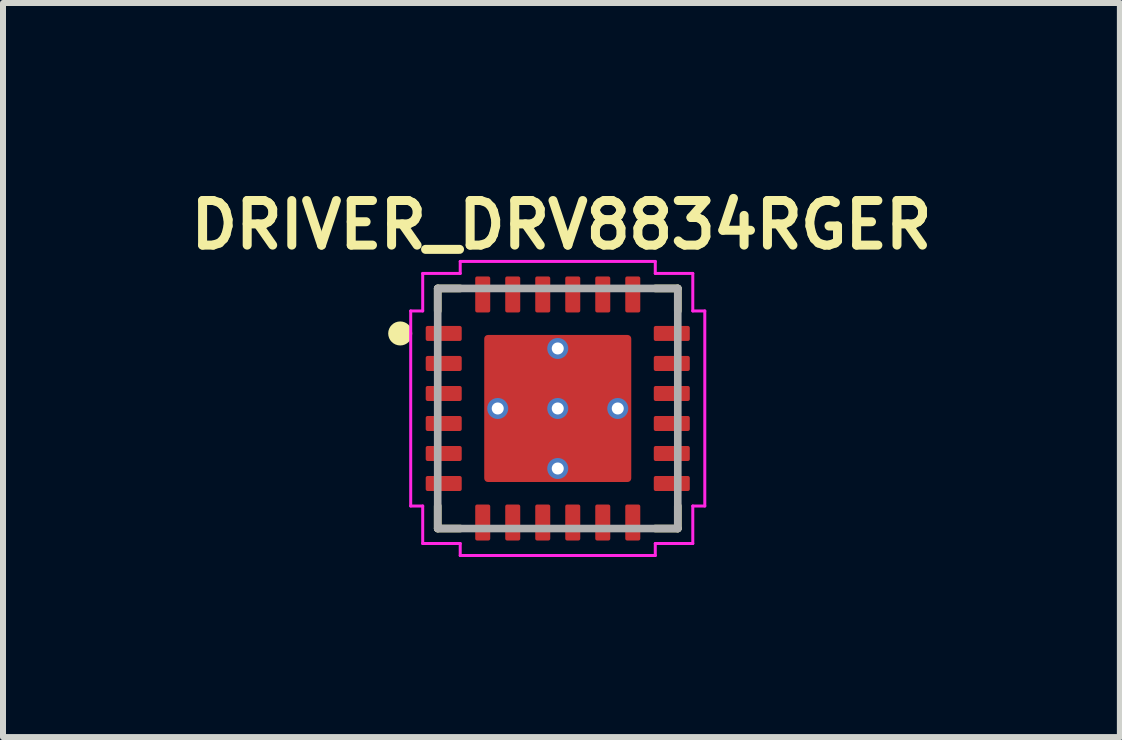
<source format=kicad_pcb>
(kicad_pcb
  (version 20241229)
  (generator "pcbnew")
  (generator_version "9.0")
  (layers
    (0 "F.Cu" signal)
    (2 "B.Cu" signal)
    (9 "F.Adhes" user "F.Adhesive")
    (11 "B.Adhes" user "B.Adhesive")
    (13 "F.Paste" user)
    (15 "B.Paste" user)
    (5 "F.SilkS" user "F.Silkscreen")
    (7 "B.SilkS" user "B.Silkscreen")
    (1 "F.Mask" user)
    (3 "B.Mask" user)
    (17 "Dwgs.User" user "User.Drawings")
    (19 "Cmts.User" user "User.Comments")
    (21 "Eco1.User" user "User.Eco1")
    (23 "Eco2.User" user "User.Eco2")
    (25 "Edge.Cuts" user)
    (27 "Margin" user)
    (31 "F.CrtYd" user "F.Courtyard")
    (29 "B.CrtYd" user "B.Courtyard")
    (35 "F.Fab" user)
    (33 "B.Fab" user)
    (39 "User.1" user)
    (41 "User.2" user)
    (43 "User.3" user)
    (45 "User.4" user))
  (footprint "DRIVER_DRV8834RGER"
    (layer "F.Cu")
    (at 6.243 3.756)
    (property "Reference" "DRIVER_DRV8834RGER" (at 0.062 -3.058 0) (layer "F.SilkS") (effects (font (size 0.743 0.743) (thickness 0.15))))
    (attr smd)
    (fp_poly (pts (xy -2.27 -1.25) (xy -2.27 -1.35) (xy -2.27 -1.355) (xy -2.269 -1.36) (xy -2.269 -1.365) (xy -2.268 -1.37) (xy -2.267 -1.375) (xy -2.265 -1.379) (xy -2.264 -1.384) (xy -2.262 -1.389) (xy -2.26 -1.393) (xy -2.257 -1.397) (xy -2.255 -1.402) (xy -2.252 -1.406) (xy -2.249 -1.41) (xy -2.246 -1.414) (xy -2.242 -1.417) (xy -2.239 -1.421) (xy -2.235 -1.424) (xy -2.231 -1.427) (xy -2.227 -1.43) (xy -2.223 -1.432) (xy -2.218 -1.435) (xy -2.214 -1.437) (xy -2.209 -1.439) (xy -2.204 -1.44) (xy -2.2 -1.442) (xy -2.195 -1.443) (xy -2.19 -1.444) (xy -2.185 -1.444) (xy -2.18 -1.445) (xy -2.175 -1.445) (xy -1.9 -1.445) (xy -1.63 -1.445) (xy -1.625 -1.445) (xy -1.62 -1.444) (xy -1.614 -1.444) (xy -1.609 -1.443) (xy -1.604 -1.442) (xy -1.599 -1.44) (xy -1.594 -1.438) (xy -1.589 -1.436) (xy -1.585 -1.434) (xy -1.58 -1.432) (xy -1.576 -1.429) (xy -1.571 -1.426) (xy -1.567 -1.423) (xy -1.563 -1.419) (xy -1.559 -1.416) (xy -1.556 -1.412) (xy -1.552 -1.408) (xy -1.549 -1.404) (xy -1.546 -1.399) (xy -1.543 -1.395) (xy -1.541 -1.39) (xy -1.539 -1.386) (xy -1.537 -1.381) (xy -1.535 -1.376) (xy -1.533 -1.371) (xy -1.532 -1.366) (xy -1.531 -1.361) (xy -1.531 -1.355) (xy -1.53 -1.35) (xy -1.53 -1.345) (xy -1.53 -1.25) (xy -1.53 -1.155) (xy -1.53 -1.15) (xy -1.531 -1.145) (xy -1.531 -1.139) (xy -1.532 -1.134) (xy -1.533 -1.129) (xy -1.535 -1.124) (xy -1.537 -1.119) (xy -1.539 -1.114) (xy -1.541 -1.11) (xy -1.543 -1.105) (xy -1.546 -1.101) (xy -1.549 -1.096) (xy -1.552 -1.092) (xy -1.556 -1.088) (xy -1.559 -1.084) (xy -1.563 -1.081) (xy -1.567 -1.077) (xy -1.571 -1.074) (xy -1.576 -1.071) (xy -1.58 -1.068) (xy -1.585 -1.066) (xy -1.589 -1.064) (xy -1.594 -1.062) (xy -1.599 -1.06) (xy -1.604 -1.058) (xy -1.609 -1.057) (xy -1.614 -1.056) (xy -1.62 -1.056) (xy -1.625 -1.055) (xy -1.63 -1.055) (xy -1.9 -1.055) (xy -2.17 -1.055) (xy -2.175 -1.055) (xy -2.18 -1.056) (xy -2.186 -1.056) (xy -2.191 -1.057) (xy -2.196 -1.058) (xy -2.201 -1.06) (xy -2.206 -1.062) (xy -2.211 -1.064) (xy -2.215 -1.066) (xy -2.22 -1.068) (xy -2.224 -1.071) (xy -2.229 -1.074) (xy -2.233 -1.077) (xy -2.237 -1.081) (xy -2.241 -1.084) (xy -2.244 -1.088) (xy -2.248 -1.092) (xy -2.251 -1.096) (xy -2.254 -1.101) (xy -2.257 -1.105) (xy -2.259 -1.11) (xy -2.261 -1.114) (xy -2.263 -1.119) (xy -2.265 -1.124) (xy -2.267 -1.129) (xy -2.268 -1.134) (xy -2.269 -1.139) (xy -2.269 -1.145) (xy -2.27 -1.15) (xy -2.27 -1.155) (xy -2.27 -1.25)) (stroke (width 0.001) (type solid)) (fill yes) (layer "F.Mask"))
    (fp_poly (pts (xy -2.27 -0.75) (xy -2.27 -0.85) (xy -2.27 -0.855) (xy -2.269 -0.86) (xy -2.269 -0.865) (xy -2.268 -0.87) (xy -2.267 -0.875) (xy -2.265 -0.879) (xy -2.264 -0.884) (xy -2.262 -0.889) (xy -2.26 -0.893) (xy -2.257 -0.897) (xy -2.255 -0.902) (xy -2.252 -0.906) (xy -2.249 -0.91) (xy -2.246 -0.914) (xy -2.242 -0.917) (xy -2.239 -0.921) (xy -2.235 -0.924) (xy -2.231 -0.927) (xy -2.227 -0.93) (xy -2.223 -0.932) (xy -2.218 -0.935) (xy -2.214 -0.937) (xy -2.209 -0.939) (xy -2.204 -0.94) (xy -2.2 -0.942) (xy -2.195 -0.943) (xy -2.19 -0.944) (xy -2.185 -0.944) (xy -2.18 -0.945) (xy -2.175 -0.945) (xy -1.9 -0.945) (xy -1.63 -0.945) (xy -1.625 -0.945) (xy -1.62 -0.944) (xy -1.614 -0.944) (xy -1.609 -0.943) (xy -1.604 -0.942) (xy -1.599 -0.94) (xy -1.594 -0.938) (xy -1.589 -0.936) (xy -1.585 -0.934) (xy -1.58 -0.932) (xy -1.576 -0.929) (xy -1.571 -0.926) (xy -1.567 -0.923) (xy -1.563 -0.919) (xy -1.559 -0.916) (xy -1.556 -0.912) (xy -1.552 -0.908) (xy -1.549 -0.904) (xy -1.546 -0.899) (xy -1.543 -0.895) (xy -1.541 -0.89) (xy -1.539 -0.886) (xy -1.537 -0.881) (xy -1.535 -0.876) (xy -1.533 -0.871) (xy -1.532 -0.866) (xy -1.531 -0.861) (xy -1.531 -0.855) (xy -1.53 -0.85) (xy -1.53 -0.845) (xy -1.53 -0.75) (xy -1.53 -0.655) (xy -1.53 -0.65) (xy -1.531 -0.645) (xy -1.531 -0.639) (xy -1.532 -0.634) (xy -1.533 -0.629) (xy -1.535 -0.624) (xy -1.537 -0.619) (xy -1.539 -0.614) (xy -1.541 -0.61) (xy -1.543 -0.605) (xy -1.546 -0.601) (xy -1.549 -0.596) (xy -1.552 -0.592) (xy -1.556 -0.588) (xy -1.559 -0.584) (xy -1.563 -0.581) (xy -1.567 -0.577) (xy -1.571 -0.574) (xy -1.576 -0.571) (xy -1.58 -0.568) (xy -1.585 -0.566) (xy -1.589 -0.564) (xy -1.594 -0.562) (xy -1.599 -0.56) (xy -1.604 -0.558) (xy -1.609 -0.557) (xy -1.614 -0.556) (xy -1.62 -0.556) (xy -1.625 -0.555) (xy -1.63 -0.555) (xy -1.9 -0.555) (xy -2.17 -0.555) (xy -2.175 -0.555) (xy -2.18 -0.556) (xy -2.186 -0.556) (xy -2.191 -0.557) (xy -2.196 -0.558) (xy -2.201 -0.56) (xy -2.206 -0.562) (xy -2.211 -0.564) (xy -2.215 -0.566) (xy -2.22 -0.568) (xy -2.224 -0.571) (xy -2.229 -0.574) (xy -2.233 -0.577) (xy -2.237 -0.581) (xy -2.241 -0.584) (xy -2.244 -0.588) (xy -2.248 -0.592) (xy -2.251 -0.596) (xy -2.254 -0.601) (xy -2.257 -0.605) (xy -2.259 -0.61) (xy -2.261 -0.614) (xy -2.263 -0.619) (xy -2.265 -0.624) (xy -2.267 -0.629) (xy -2.268 -0.634) (xy -2.269 -0.639) (xy -2.269 -0.645) (xy -2.27 -0.65) (xy -2.27 -0.655) (xy -2.27 -0.75)) (stroke (width 0.001) (type solid)) (fill yes) (layer "F.Mask"))
    (fp_poly (pts (xy -2.27 -0.25) (xy -2.27 -0.35) (xy -2.27 -0.355) (xy -2.269 -0.36) (xy -2.269 -0.365) (xy -2.268 -0.37) (xy -2.267 -0.375) (xy -2.265 -0.379) (xy -2.264 -0.384) (xy -2.262 -0.389) (xy -2.26 -0.393) (xy -2.257 -0.397) (xy -2.255 -0.402) (xy -2.252 -0.406) (xy -2.249 -0.41) (xy -2.246 -0.414) (xy -2.242 -0.417) (xy -2.239 -0.421) (xy -2.235 -0.424) (xy -2.231 -0.427) (xy -2.227 -0.43) (xy -2.223 -0.432) (xy -2.218 -0.435) (xy -2.214 -0.437) (xy -2.209 -0.439) (xy -2.204 -0.44) (xy -2.2 -0.442) (xy -2.195 -0.443) (xy -2.19 -0.444) (xy -2.185 -0.444) (xy -2.18 -0.445) (xy -2.175 -0.445) (xy -1.9 -0.445) (xy -1.63 -0.445) (xy -1.625 -0.445) (xy -1.62 -0.444) (xy -1.614 -0.444) (xy -1.609 -0.443) (xy -1.604 -0.442) (xy -1.599 -0.44) (xy -1.594 -0.438) (xy -1.589 -0.436) (xy -1.585 -0.434) (xy -1.58 -0.432) (xy -1.576 -0.429) (xy -1.571 -0.426) (xy -1.567 -0.423) (xy -1.563 -0.419) (xy -1.559 -0.416) (xy -1.556 -0.412) (xy -1.552 -0.408) (xy -1.549 -0.404) (xy -1.546 -0.399) (xy -1.543 -0.395) (xy -1.541 -0.39) (xy -1.539 -0.386) (xy -1.537 -0.381) (xy -1.535 -0.376) (xy -1.533 -0.371) (xy -1.532 -0.366) (xy -1.531 -0.361) (xy -1.531 -0.355) (xy -1.53 -0.35) (xy -1.53 -0.345) (xy -1.53 -0.25) (xy -1.53 -0.155) (xy -1.53 -0.15) (xy -1.531 -0.145) (xy -1.531 -0.139) (xy -1.532 -0.134) (xy -1.533 -0.129) (xy -1.535 -0.124) (xy -1.537 -0.119) (xy -1.539 -0.114) (xy -1.541 -0.11) (xy -1.543 -0.105) (xy -1.546 -0.101) (xy -1.549 -0.096) (xy -1.552 -0.092) (xy -1.556 -0.088) (xy -1.559 -0.084) (xy -1.563 -0.081) (xy -1.567 -0.077) (xy -1.571 -0.074) (xy -1.576 -0.071) (xy -1.58 -0.068) (xy -1.585 -0.066) (xy -1.589 -0.064) (xy -1.594 -0.062) (xy -1.599 -0.06) (xy -1.604 -0.058) (xy -1.609 -0.057) (xy -1.614 -0.056) (xy -1.62 -0.056) (xy -1.625 -0.055) (xy -1.63 -0.055) (xy -1.9 -0.055) (xy -2.17 -0.055) (xy -2.175 -0.055) (xy -2.18 -0.056) (xy -2.186 -0.056) (xy -2.191 -0.057) (xy -2.196 -0.058) (xy -2.201 -0.06) (xy -2.206 -0.062) (xy -2.211 -0.064) (xy -2.215 -0.066) (xy -2.22 -0.068) (xy -2.224 -0.071) (xy -2.229 -0.074) (xy -2.233 -0.077) (xy -2.237 -0.081) (xy -2.241 -0.084) (xy -2.244 -0.088) (xy -2.248 -0.092) (xy -2.251 -0.096) (xy -2.254 -0.101) (xy -2.257 -0.105) (xy -2.259 -0.11) (xy -2.261 -0.114) (xy -2.263 -0.119) (xy -2.265 -0.124) (xy -2.267 -0.129) (xy -2.268 -0.134) (xy -2.269 -0.139) (xy -2.269 -0.145) (xy -2.27 -0.15) (xy -2.27 -0.155) (xy -2.27 -0.25)) (stroke (width 0.001) (type solid)) (fill yes) (layer "F.Mask"))
    (fp_poly (pts (xy -2.27 0.25) (xy -2.27 0.15) (xy -2.27 0.145) (xy -2.269 0.14) (xy -2.269 0.135) (xy -2.268 0.13) (xy -2.267 0.125) (xy -2.265 0.121) (xy -2.264 0.116) (xy -2.262 0.111) (xy -2.26 0.107) (xy -2.257 0.103) (xy -2.255 0.098) (xy -2.252 0.094) (xy -2.249 0.09) (xy -2.246 0.086) (xy -2.242 0.083) (xy -2.239 0.079) (xy -2.235 0.076) (xy -2.231 0.073) (xy -2.227 0.07) (xy -2.223 0.068) (xy -2.218 0.065) (xy -2.214 0.063) (xy -2.209 0.061) (xy -2.204 0.06) (xy -2.2 0.058) (xy -2.195 0.057) (xy -2.19 0.056) (xy -2.185 0.056) (xy -2.18 0.055) (xy -2.175 0.055) (xy -1.9 0.055) (xy -1.63 0.055) (xy -1.625 0.055) (xy -1.62 0.056) (xy -1.614 0.056) (xy -1.609 0.057) (xy -1.604 0.058) (xy -1.599 0.06) (xy -1.594 0.062) (xy -1.589 0.064) (xy -1.585 0.066) (xy -1.58 0.068) (xy -1.576 0.071) (xy -1.571 0.074) (xy -1.567 0.077) (xy -1.563 0.081) (xy -1.559 0.084) (xy -1.556 0.088) (xy -1.552 0.092) (xy -1.549 0.096) (xy -1.546 0.101) (xy -1.543 0.105) (xy -1.541 0.11) (xy -1.539 0.114) (xy -1.537 0.119) (xy -1.535 0.124) (xy -1.533 0.129) (xy -1.532 0.134) (xy -1.531 0.139) (xy -1.531 0.145) (xy -1.53 0.15) (xy -1.53 0.155) (xy -1.53 0.25) (xy -1.53 0.345) (xy -1.53 0.35) (xy -1.531 0.355) (xy -1.531 0.361) (xy -1.532 0.366) (xy -1.533 0.371) (xy -1.535 0.376) (xy -1.537 0.381) (xy -1.539 0.386) (xy -1.541 0.39) (xy -1.543 0.395) (xy -1.546 0.399) (xy -1.549 0.404) (xy -1.552 0.408) (xy -1.556 0.412) (xy -1.559 0.416) (xy -1.563 0.419) (xy -1.567 0.423) (xy -1.571 0.426) (xy -1.576 0.429) (xy -1.58 0.432) (xy -1.585 0.434) (xy -1.589 0.436) (xy -1.594 0.438) (xy -1.599 0.44) (xy -1.604 0.442) (xy -1.609 0.443) (xy -1.614 0.444) (xy -1.62 0.444) (xy -1.625 0.445) (xy -1.63 0.445) (xy -1.9 0.445) (xy -2.17 0.445) (xy -2.175 0.445) (xy -2.18 0.444) (xy -2.186 0.444) (xy -2.191 0.443) (xy -2.196 0.442) (xy -2.201 0.44) (xy -2.206 0.438) (xy -2.211 0.436) (xy -2.215 0.434) (xy -2.22 0.432) (xy -2.224 0.429) (xy -2.229 0.426) (xy -2.233 0.423) (xy -2.237 0.419) (xy -2.241 0.416) (xy -2.244 0.412) (xy -2.248 0.408) (xy -2.251 0.404) (xy -2.254 0.399) (xy -2.257 0.395) (xy -2.259 0.39) (xy -2.261 0.386) (xy -2.263 0.381) (xy -2.265 0.376) (xy -2.267 0.371) (xy -2.268 0.366) (xy -2.269 0.361) (xy -2.269 0.355) (xy -2.27 0.35) (xy -2.27 0.345) (xy -2.27 0.25)) (stroke (width 0.001) (type solid)) (fill yes) (layer "F.Mask"))
    (fp_poly (pts (xy -2.27 0.75) (xy -2.27 0.65) (xy -2.27 0.645) (xy -2.269 0.64) (xy -2.269 0.635) (xy -2.268 0.63) (xy -2.267 0.625) (xy -2.265 0.621) (xy -2.264 0.616) (xy -2.262 0.611) (xy -2.26 0.607) (xy -2.257 0.603) (xy -2.255 0.598) (xy -2.252 0.594) (xy -2.249 0.59) (xy -2.246 0.586) (xy -2.242 0.583) (xy -2.239 0.579) (xy -2.235 0.576) (xy -2.231 0.573) (xy -2.227 0.57) (xy -2.223 0.568) (xy -2.218 0.565) (xy -2.214 0.563) (xy -2.209 0.561) (xy -2.204 0.56) (xy -2.2 0.558) (xy -2.195 0.557) (xy -2.19 0.556) (xy -2.185 0.556) (xy -2.18 0.555) (xy -2.175 0.555) (xy -1.9 0.555) (xy -1.63 0.555) (xy -1.625 0.555) (xy -1.62 0.556) (xy -1.614 0.556) (xy -1.609 0.557) (xy -1.604 0.558) (xy -1.599 0.56) (xy -1.594 0.562) (xy -1.589 0.564) (xy -1.585 0.566) (xy -1.58 0.568) (xy -1.576 0.571) (xy -1.571 0.574) (xy -1.567 0.577) (xy -1.563 0.581) (xy -1.559 0.584) (xy -1.556 0.588) (xy -1.552 0.592) (xy -1.549 0.596) (xy -1.546 0.601) (xy -1.543 0.605) (xy -1.541 0.61) (xy -1.539 0.614) (xy -1.537 0.619) (xy -1.535 0.624) (xy -1.533 0.629) (xy -1.532 0.634) (xy -1.531 0.639) (xy -1.531 0.645) (xy -1.53 0.65) (xy -1.53 0.655) (xy -1.53 0.75) (xy -1.53 0.845) (xy -1.53 0.85) (xy -1.531 0.855) (xy -1.531 0.861) (xy -1.532 0.866) (xy -1.533 0.871) (xy -1.535 0.876) (xy -1.537 0.881) (xy -1.539 0.886) (xy -1.541 0.89) (xy -1.543 0.895) (xy -1.546 0.899) (xy -1.549 0.904) (xy -1.552 0.908) (xy -1.556 0.912) (xy -1.559 0.916) (xy -1.563 0.919) (xy -1.567 0.923) (xy -1.571 0.926) (xy -1.576 0.929) (xy -1.58 0.932) (xy -1.585 0.934) (xy -1.589 0.936) (xy -1.594 0.938) (xy -1.599 0.94) (xy -1.604 0.942) (xy -1.609 0.943) (xy -1.614 0.944) (xy -1.62 0.944) (xy -1.625 0.945) (xy -1.63 0.945) (xy -1.9 0.945) (xy -2.17 0.945) (xy -2.175 0.945) (xy -2.18 0.944) (xy -2.186 0.944) (xy -2.191 0.943) (xy -2.196 0.942) (xy -2.201 0.94) (xy -2.206 0.938) (xy -2.211 0.936) (xy -2.215 0.934) (xy -2.22 0.932) (xy -2.224 0.929) (xy -2.229 0.926) (xy -2.233 0.923) (xy -2.237 0.919) (xy -2.241 0.916) (xy -2.244 0.912) (xy -2.248 0.908) (xy -2.251 0.904) (xy -2.254 0.899) (xy -2.257 0.895) (xy -2.259 0.89) (xy -2.261 0.886) (xy -2.263 0.881) (xy -2.265 0.876) (xy -2.267 0.871) (xy -2.268 0.866) (xy -2.269 0.861) (xy -2.269 0.855) (xy -2.27 0.85) (xy -2.27 0.845) (xy -2.27 0.75)) (stroke (width 0.001) (type solid)) (fill yes) (layer "F.Mask"))
    (fp_poly (pts (xy -2.27 1.25) (xy -2.27 1.15) (xy -2.27 1.145) (xy -2.269 1.14) (xy -2.269 1.135) (xy -2.268 1.13) (xy -2.267 1.125) (xy -2.265 1.121) (xy -2.264 1.116) (xy -2.262 1.111) (xy -2.26 1.107) (xy -2.257 1.103) (xy -2.255 1.098) (xy -2.252 1.094) (xy -2.249 1.09) (xy -2.246 1.086) (xy -2.242 1.083) (xy -2.239 1.079) (xy -2.235 1.076) (xy -2.231 1.073) (xy -2.227 1.07) (xy -2.223 1.068) (xy -2.218 1.065) (xy -2.214 1.063) (xy -2.209 1.061) (xy -2.204 1.06) (xy -2.2 1.058) (xy -2.195 1.057) (xy -2.19 1.056) (xy -2.185 1.056) (xy -2.18 1.055) (xy -2.175 1.055) (xy -1.9 1.055) (xy -1.63 1.055) (xy -1.625 1.055) (xy -1.62 1.056) (xy -1.614 1.056) (xy -1.609 1.057) (xy -1.604 1.058) (xy -1.599 1.06) (xy -1.594 1.062) (xy -1.589 1.064) (xy -1.585 1.066) (xy -1.58 1.068) (xy -1.576 1.071) (xy -1.571 1.074) (xy -1.567 1.077) (xy -1.563 1.081) (xy -1.559 1.084) (xy -1.556 1.088) (xy -1.552 1.092) (xy -1.549 1.096) (xy -1.546 1.101) (xy -1.543 1.105) (xy -1.541 1.11) (xy -1.539 1.114) (xy -1.537 1.119) (xy -1.535 1.124) (xy -1.533 1.129) (xy -1.532 1.134) (xy -1.531 1.139) (xy -1.531 1.145) (xy -1.53 1.15) (xy -1.53 1.155) (xy -1.53 1.25) (xy -1.53 1.345) (xy -1.53 1.35) (xy -1.531 1.355) (xy -1.531 1.361) (xy -1.532 1.366) (xy -1.533 1.371) (xy -1.535 1.376) (xy -1.537 1.381) (xy -1.539 1.386) (xy -1.541 1.39) (xy -1.543 1.395) (xy -1.546 1.399) (xy -1.549 1.404) (xy -1.552 1.408) (xy -1.556 1.412) (xy -1.559 1.416) (xy -1.563 1.419) (xy -1.567 1.423) (xy -1.571 1.426) (xy -1.576 1.429) (xy -1.58 1.432) (xy -1.585 1.434) (xy -1.589 1.436) (xy -1.594 1.438) (xy -1.599 1.44) (xy -1.604 1.442) (xy -1.609 1.443) (xy -1.614 1.444) (xy -1.62 1.444) (xy -1.625 1.445) (xy -1.63 1.445) (xy -1.9 1.445) (xy -2.17 1.445) (xy -2.175 1.445) (xy -2.18 1.444) (xy -2.186 1.444) (xy -2.191 1.443) (xy -2.196 1.442) (xy -2.201 1.44) (xy -2.206 1.438) (xy -2.211 1.436) (xy -2.215 1.434) (xy -2.22 1.432) (xy -2.224 1.429) (xy -2.229 1.426) (xy -2.233 1.423) (xy -2.237 1.419) (xy -2.241 1.416) (xy -2.244 1.412) (xy -2.248 1.408) (xy -2.251 1.404) (xy -2.254 1.399) (xy -2.257 1.395) (xy -2.259 1.39) (xy -2.261 1.386) (xy -2.263 1.381) (xy -2.265 1.376) (xy -2.267 1.371) (xy -2.268 1.366) (xy -2.269 1.361) (xy -2.269 1.355) (xy -2.27 1.35) (xy -2.27 1.345) (xy -2.27 1.25)) (stroke (width 0.001) (type solid)) (fill yes) (layer "F.Mask"))
    (fp_poly (pts (xy -1.25 -1.53) (xy -1.35 -1.53) (xy -1.355 -1.53) (xy -1.36 -1.531) (xy -1.365 -1.531) (xy -1.37 -1.532) (xy -1.375 -1.533) (xy -1.379 -1.535) (xy -1.384 -1.536) (xy -1.389 -1.538) (xy -1.393 -1.54) (xy -1.397 -1.543) (xy -1.402 -1.545) (xy -1.406 -1.548) (xy -1.41 -1.551) (xy -1.414 -1.554) (xy -1.417 -1.558) (xy -1.421 -1.561) (xy -1.424 -1.565) (xy -1.427 -1.569) (xy -1.43 -1.573) (xy -1.432 -1.578) (xy -1.435 -1.582) (xy -1.437 -1.586) (xy -1.439 -1.591) (xy -1.44 -1.596) (xy -1.442 -1.6) (xy -1.443 -1.605) (xy -1.444 -1.61) (xy -1.444 -1.615) (xy -1.445 -1.62) (xy -1.445 -1.625) (xy -1.445 -1.9) (xy -1.445 -2.17) (xy -1.445 -2.175) (xy -1.444 -2.18) (xy -1.444 -2.186) (xy -1.443 -2.191) (xy -1.442 -2.196) (xy -1.44 -2.201) (xy -1.438 -2.206) (xy -1.436 -2.211) (xy -1.434 -2.215) (xy -1.432 -2.22) (xy -1.429 -2.224) (xy -1.426 -2.229) (xy -1.423 -2.233) (xy -1.419 -2.237) (xy -1.416 -2.241) (xy -1.412 -2.244) (xy -1.408 -2.248) (xy -1.404 -2.251) (xy -1.399 -2.254) (xy -1.395 -2.257) (xy -1.39 -2.259) (xy -1.386 -2.261) (xy -1.381 -2.263) (xy -1.376 -2.265) (xy -1.371 -2.267) (xy -1.366 -2.268) (xy -1.361 -2.269) (xy -1.355 -2.269) (xy -1.35 -2.27) (xy -1.345 -2.27) (xy -1.25 -2.27) (xy -1.155 -2.27) (xy -1.15 -2.27) (xy -1.145 -2.269) (xy -1.139 -2.269) (xy -1.134 -2.268) (xy -1.129 -2.267) (xy -1.124 -2.265) (xy -1.119 -2.263) (xy -1.114 -2.261) (xy -1.11 -2.259) (xy -1.105 -2.257) (xy -1.101 -2.254) (xy -1.096 -2.251) (xy -1.092 -2.248) (xy -1.088 -2.244) (xy -1.084 -2.241) (xy -1.081 -2.237) (xy -1.077 -2.233) (xy -1.074 -2.229) (xy -1.071 -2.224) (xy -1.068 -2.22) (xy -1.066 -2.215) (xy -1.064 -2.211) (xy -1.062 -2.206) (xy -1.06 -2.201) (xy -1.058 -2.196) (xy -1.057 -2.191) (xy -1.056 -2.186) (xy -1.056 -2.18) (xy -1.055 -2.175) (xy -1.055 -2.17) (xy -1.055 -1.9) (xy -1.055 -1.63) (xy -1.055 -1.625) (xy -1.056 -1.62) (xy -1.056 -1.614) (xy -1.057 -1.609) (xy -1.058 -1.604) (xy -1.06 -1.599) (xy -1.062 -1.594) (xy -1.064 -1.589) (xy -1.066 -1.585) (xy -1.068 -1.58) (xy -1.071 -1.576) (xy -1.074 -1.571) (xy -1.077 -1.567) (xy -1.081 -1.563) (xy -1.084 -1.559) (xy -1.088 -1.556) (xy -1.092 -1.552) (xy -1.096 -1.549) (xy -1.101 -1.546) (xy -1.105 -1.543) (xy -1.11 -1.541) (xy -1.114 -1.539) (xy -1.119 -1.537) (xy -1.124 -1.535) (xy -1.129 -1.533) (xy -1.134 -1.532) (xy -1.139 -1.531) (xy -1.145 -1.531) (xy -1.15 -1.53) (xy -1.155 -1.53) (xy -1.25 -1.53)) (stroke (width 0.001) (type solid)) (fill yes) (layer "F.Mask"))
    (fp_poly (pts (xy -1.25 2.27) (xy -1.35 2.27) (xy -1.355 2.27) (xy -1.36 2.269) (xy -1.365 2.269) (xy -1.37 2.268) (xy -1.375 2.267) (xy -1.379 2.265) (xy -1.384 2.264) (xy -1.389 2.262) (xy -1.393 2.26) (xy -1.397 2.257) (xy -1.402 2.255) (xy -1.406 2.252) (xy -1.41 2.249) (xy -1.414 2.246) (xy -1.417 2.242) (xy -1.421 2.239) (xy -1.424 2.235) (xy -1.427 2.231) (xy -1.43 2.227) (xy -1.432 2.223) (xy -1.435 2.218) (xy -1.437 2.214) (xy -1.439 2.209) (xy -1.44 2.204) (xy -1.442 2.2) (xy -1.443 2.195) (xy -1.444 2.19) (xy -1.444 2.185) (xy -1.445 2.18) (xy -1.445 2.175) (xy -1.445 1.9) (xy -1.445 1.63) (xy -1.445 1.625) (xy -1.444 1.62) (xy -1.444 1.614) (xy -1.443 1.609) (xy -1.442 1.604) (xy -1.44 1.599) (xy -1.438 1.594) (xy -1.436 1.589) (xy -1.434 1.585) (xy -1.432 1.58) (xy -1.429 1.576) (xy -1.426 1.571) (xy -1.423 1.567) (xy -1.419 1.563) (xy -1.416 1.559) (xy -1.412 1.556) (xy -1.408 1.552) (xy -1.404 1.549) (xy -1.399 1.546) (xy -1.395 1.543) (xy -1.39 1.541) (xy -1.386 1.539) (xy -1.381 1.537) (xy -1.376 1.535) (xy -1.371 1.533) (xy -1.366 1.532) (xy -1.361 1.531) (xy -1.355 1.531) (xy -1.35 1.53) (xy -1.345 1.53) (xy -1.25 1.53) (xy -1.155 1.53) (xy -1.15 1.53) (xy -1.145 1.531) (xy -1.139 1.531) (xy -1.134 1.532) (xy -1.129 1.533) (xy -1.124 1.535) (xy -1.119 1.537) (xy -1.114 1.539) (xy -1.11 1.541) (xy -1.105 1.543) (xy -1.101 1.546) (xy -1.096 1.549) (xy -1.092 1.552) (xy -1.088 1.556) (xy -1.084 1.559) (xy -1.081 1.563) (xy -1.077 1.567) (xy -1.074 1.571) (xy -1.071 1.576) (xy -1.068 1.58) (xy -1.066 1.585) (xy -1.064 1.589) (xy -1.062 1.594) (xy -1.06 1.599) (xy -1.058 1.604) (xy -1.057 1.609) (xy -1.056 1.614) (xy -1.056 1.62) (xy -1.055 1.625) (xy -1.055 1.63) (xy -1.055 1.9) (xy -1.055 2.17) (xy -1.055 2.175) (xy -1.056 2.18) (xy -1.056 2.186) (xy -1.057 2.191) (xy -1.058 2.196) (xy -1.06 2.201) (xy -1.062 2.206) (xy -1.064 2.211) (xy -1.066 2.215) (xy -1.068 2.22) (xy -1.071 2.224) (xy -1.074 2.229) (xy -1.077 2.233) (xy -1.081 2.237) (xy -1.084 2.241) (xy -1.088 2.244) (xy -1.092 2.248) (xy -1.096 2.251) (xy -1.101 2.254) (xy -1.105 2.257) (xy -1.11 2.259) (xy -1.114 2.261) (xy -1.119 2.263) (xy -1.124 2.265) (xy -1.129 2.267) (xy -1.134 2.268) (xy -1.139 2.269) (xy -1.145 2.269) (xy -1.15 2.27) (xy -1.155 2.27) (xy -1.25 2.27)) (stroke (width 0.001) (type solid)) (fill yes) (layer "F.Mask"))
    (fp_poly (pts (xy -0.75 -1.53) (xy -0.85 -1.53) (xy -0.855 -1.53) (xy -0.86 -1.531) (xy -0.865 -1.531) (xy -0.87 -1.532) (xy -0.875 -1.533) (xy -0.879 -1.535) (xy -0.884 -1.536) (xy -0.889 -1.538) (xy -0.893 -1.54) (xy -0.897 -1.543) (xy -0.902 -1.545) (xy -0.906 -1.548) (xy -0.91 -1.551) (xy -0.914 -1.554) (xy -0.917 -1.558) (xy -0.921 -1.561) (xy -0.924 -1.565) (xy -0.927 -1.569) (xy -0.93 -1.573) (xy -0.932 -1.578) (xy -0.935 -1.582) (xy -0.937 -1.586) (xy -0.939 -1.591) (xy -0.94 -1.596) (xy -0.942 -1.6) (xy -0.943 -1.605) (xy -0.944 -1.61) (xy -0.944 -1.615) (xy -0.945 -1.62) (xy -0.945 -1.625) (xy -0.945 -1.9) (xy -0.945 -2.17) (xy -0.945 -2.175) (xy -0.944 -2.18) (xy -0.944 -2.186) (xy -0.943 -2.191) (xy -0.942 -2.196) (xy -0.94 -2.201) (xy -0.938 -2.206) (xy -0.936 -2.211) (xy -0.934 -2.215) (xy -0.932 -2.22) (xy -0.929 -2.224) (xy -0.926 -2.229) (xy -0.923 -2.233) (xy -0.919 -2.237) (xy -0.916 -2.241) (xy -0.912 -2.244) (xy -0.908 -2.248) (xy -0.904 -2.251) (xy -0.899 -2.254) (xy -0.895 -2.257) (xy -0.89 -2.259) (xy -0.886 -2.261) (xy -0.881 -2.263) (xy -0.876 -2.265) (xy -0.871 -2.267) (xy -0.866 -2.268) (xy -0.861 -2.269) (xy -0.855 -2.269) (xy -0.85 -2.27) (xy -0.845 -2.27) (xy -0.75 -2.27) (xy -0.655 -2.27) (xy -0.65 -2.27) (xy -0.645 -2.269) (xy -0.639 -2.269) (xy -0.634 -2.268) (xy -0.629 -2.267) (xy -0.624 -2.265) (xy -0.619 -2.263) (xy -0.614 -2.261) (xy -0.61 -2.259) (xy -0.605 -2.257) (xy -0.601 -2.254) (xy -0.596 -2.251) (xy -0.592 -2.248) (xy -0.588 -2.244) (xy -0.584 -2.241) (xy -0.581 -2.237) (xy -0.577 -2.233) (xy -0.574 -2.229) (xy -0.571 -2.224) (xy -0.568 -2.22) (xy -0.566 -2.215) (xy -0.564 -2.211) (xy -0.562 -2.206) (xy -0.56 -2.201) (xy -0.558 -2.196) (xy -0.557 -2.191) (xy -0.556 -2.186) (xy -0.556 -2.18) (xy -0.555 -2.175) (xy -0.555 -2.17) (xy -0.555 -1.9) (xy -0.555 -1.63) (xy -0.555 -1.625) (xy -0.556 -1.62) (xy -0.556 -1.614) (xy -0.557 -1.609) (xy -0.558 -1.604) (xy -0.56 -1.599) (xy -0.562 -1.594) (xy -0.564 -1.589) (xy -0.566 -1.585) (xy -0.568 -1.58) (xy -0.571 -1.576) (xy -0.574 -1.571) (xy -0.577 -1.567) (xy -0.581 -1.563) (xy -0.584 -1.559) (xy -0.588 -1.556) (xy -0.592 -1.552) (xy -0.596 -1.549) (xy -0.601 -1.546) (xy -0.605 -1.543) (xy -0.61 -1.541) (xy -0.614 -1.539) (xy -0.619 -1.537) (xy -0.624 -1.535) (xy -0.629 -1.533) (xy -0.634 -1.532) (xy -0.639 -1.531) (xy -0.645 -1.531) (xy -0.65 -1.53) (xy -0.655 -1.53) (xy -0.75 -1.53)) (stroke (width 0.001) (type solid)) (fill yes) (layer "F.Mask"))
    (fp_poly (pts (xy -0.75 2.27) (xy -0.85 2.27) (xy -0.855 2.27) (xy -0.86 2.269) (xy -0.865 2.269) (xy -0.87 2.268) (xy -0.875 2.267) (xy -0.879 2.265) (xy -0.884 2.264) (xy -0.889 2.262) (xy -0.893 2.26) (xy -0.897 2.257) (xy -0.902 2.255) (xy -0.906 2.252) (xy -0.91 2.249) (xy -0.914 2.246) (xy -0.917 2.242) (xy -0.921 2.239) (xy -0.924 2.235) (xy -0.927 2.231) (xy -0.93 2.227) (xy -0.932 2.223) (xy -0.935 2.218) (xy -0.937 2.214) (xy -0.939 2.209) (xy -0.94 2.204) (xy -0.942 2.2) (xy -0.943 2.195) (xy -0.944 2.19) (xy -0.944 2.185) (xy -0.945 2.18) (xy -0.945 2.175) (xy -0.945 1.9) (xy -0.945 1.63) (xy -0.945 1.625) (xy -0.944 1.62) (xy -0.944 1.614) (xy -0.943 1.609) (xy -0.942 1.604) (xy -0.94 1.599) (xy -0.938 1.594) (xy -0.936 1.589) (xy -0.934 1.585) (xy -0.932 1.58) (xy -0.929 1.576) (xy -0.926 1.571) (xy -0.923 1.567) (xy -0.919 1.563) (xy -0.916 1.559) (xy -0.912 1.556) (xy -0.908 1.552) (xy -0.904 1.549) (xy -0.899 1.546) (xy -0.895 1.543) (xy -0.89 1.541) (xy -0.886 1.539) (xy -0.881 1.537) (xy -0.876 1.535) (xy -0.871 1.533) (xy -0.866 1.532) (xy -0.861 1.531) (xy -0.855 1.531) (xy -0.85 1.53) (xy -0.845 1.53) (xy -0.75 1.53) (xy -0.655 1.53) (xy -0.65 1.53) (xy -0.645 1.531) (xy -0.639 1.531) (xy -0.634 1.532) (xy -0.629 1.533) (xy -0.624 1.535) (xy -0.619 1.537) (xy -0.614 1.539) (xy -0.61 1.541) (xy -0.605 1.543) (xy -0.601 1.546) (xy -0.596 1.549) (xy -0.592 1.552) (xy -0.588 1.556) (xy -0.584 1.559) (xy -0.581 1.563) (xy -0.577 1.567) (xy -0.574 1.571) (xy -0.571 1.576) (xy -0.568 1.58) (xy -0.566 1.585) (xy -0.564 1.589) (xy -0.562 1.594) (xy -0.56 1.599) (xy -0.558 1.604) (xy -0.557 1.609) (xy -0.556 1.614) (xy -0.556 1.62) (xy -0.555 1.625) (xy -0.555 1.63) (xy -0.555 1.9) (xy -0.555 2.17) (xy -0.555 2.175) (xy -0.556 2.18) (xy -0.556 2.186) (xy -0.557 2.191) (xy -0.558 2.196) (xy -0.56 2.201) (xy -0.562 2.206) (xy -0.564 2.211) (xy -0.566 2.215) (xy -0.568 2.22) (xy -0.571 2.224) (xy -0.574 2.229) (xy -0.577 2.233) (xy -0.581 2.237) (xy -0.584 2.241) (xy -0.588 2.244) (xy -0.592 2.248) (xy -0.596 2.251) (xy -0.601 2.254) (xy -0.605 2.257) (xy -0.61 2.259) (xy -0.614 2.261) (xy -0.619 2.263) (xy -0.624 2.265) (xy -0.629 2.267) (xy -0.634 2.268) (xy -0.639 2.269) (xy -0.645 2.269) (xy -0.65 2.27) (xy -0.655 2.27) (xy -0.75 2.27)) (stroke (width 0.001) (type solid)) (fill yes) (layer "F.Mask"))
    (fp_poly (pts (xy -0.25 -1.53) (xy -0.35 -1.53) (xy -0.355 -1.53) (xy -0.36 -1.531) (xy -0.365 -1.531) (xy -0.37 -1.532) (xy -0.375 -1.533) (xy -0.379 -1.535) (xy -0.384 -1.536) (xy -0.389 -1.538) (xy -0.393 -1.54) (xy -0.397 -1.543) (xy -0.402 -1.545) (xy -0.406 -1.548) (xy -0.41 -1.551) (xy -0.414 -1.554) (xy -0.417 -1.558) (xy -0.421 -1.561) (xy -0.424 -1.565) (xy -0.427 -1.569) (xy -0.43 -1.573) (xy -0.432 -1.578) (xy -0.435 -1.582) (xy -0.437 -1.586) (xy -0.439 -1.591) (xy -0.44 -1.596) (xy -0.442 -1.6) (xy -0.443 -1.605) (xy -0.444 -1.61) (xy -0.444 -1.615) (xy -0.445 -1.62) (xy -0.445 -1.625) (xy -0.445 -1.9) (xy -0.445 -2.17) (xy -0.445 -2.175) (xy -0.444 -2.18) (xy -0.444 -2.186) (xy -0.443 -2.191) (xy -0.442 -2.196) (xy -0.44 -2.201) (xy -0.438 -2.206) (xy -0.436 -2.211) (xy -0.434 -2.215) (xy -0.432 -2.22) (xy -0.429 -2.224) (xy -0.426 -2.229) (xy -0.423 -2.233) (xy -0.419 -2.237) (xy -0.416 -2.241) (xy -0.412 -2.244) (xy -0.408 -2.248) (xy -0.404 -2.251) (xy -0.399 -2.254) (xy -0.395 -2.257) (xy -0.39 -2.259) (xy -0.386 -2.261) (xy -0.381 -2.263) (xy -0.376 -2.265) (xy -0.371 -2.267) (xy -0.366 -2.268) (xy -0.361 -2.269) (xy -0.355 -2.269) (xy -0.35 -2.27) (xy -0.345 -2.27) (xy -0.25 -2.27) (xy -0.155 -2.27) (xy -0.15 -2.27) (xy -0.145 -2.269) (xy -0.139 -2.269) (xy -0.134 -2.268) (xy -0.129 -2.267) (xy -0.124 -2.265) (xy -0.119 -2.263) (xy -0.114 -2.261) (xy -0.11 -2.259) (xy -0.105 -2.257) (xy -0.101 -2.254) (xy -0.096 -2.251) (xy -0.092 -2.248) (xy -0.088 -2.244) (xy -0.084 -2.241) (xy -0.081 -2.237) (xy -0.077 -2.233) (xy -0.074 -2.229) (xy -0.071 -2.224) (xy -0.068 -2.22) (xy -0.066 -2.215) (xy -0.064 -2.211) (xy -0.062 -2.206) (xy -0.06 -2.201) (xy -0.058 -2.196) (xy -0.057 -2.191) (xy -0.056 -2.186) (xy -0.056 -2.18) (xy -0.055 -2.175) (xy -0.055 -2.17) (xy -0.055 -1.9) (xy -0.055 -1.63) (xy -0.055 -1.625) (xy -0.056 -1.62) (xy -0.056 -1.614) (xy -0.057 -1.609) (xy -0.058 -1.604) (xy -0.06 -1.599) (xy -0.062 -1.594) (xy -0.064 -1.589) (xy -0.066 -1.585) (xy -0.068 -1.58) (xy -0.071 -1.576) (xy -0.074 -1.571) (xy -0.077 -1.567) (xy -0.081 -1.563) (xy -0.084 -1.559) (xy -0.088 -1.556) (xy -0.092 -1.552) (xy -0.096 -1.549) (xy -0.101 -1.546) (xy -0.105 -1.543) (xy -0.11 -1.541) (xy -0.114 -1.539) (xy -0.119 -1.537) (xy -0.124 -1.535) (xy -0.129 -1.533) (xy -0.134 -1.532) (xy -0.139 -1.531) (xy -0.145 -1.531) (xy -0.15 -1.53) (xy -0.155 -1.53) (xy -0.25 -1.53)) (stroke (width 0.001) (type solid)) (fill yes) (layer "F.Mask"))
    (fp_poly (pts (xy -0.25 2.27) (xy -0.35 2.27) (xy -0.355 2.27) (xy -0.36 2.269) (xy -0.365 2.269) (xy -0.37 2.268) (xy -0.375 2.267) (xy -0.379 2.265) (xy -0.384 2.264) (xy -0.389 2.262) (xy -0.393 2.26) (xy -0.397 2.257) (xy -0.402 2.255) (xy -0.406 2.252) (xy -0.41 2.249) (xy -0.414 2.246) (xy -0.417 2.242) (xy -0.421 2.239) (xy -0.424 2.235) (xy -0.427 2.231) (xy -0.43 2.227) (xy -0.432 2.223) (xy -0.435 2.218) (xy -0.437 2.214) (xy -0.439 2.209) (xy -0.44 2.204) (xy -0.442 2.2) (xy -0.443 2.195) (xy -0.444 2.19) (xy -0.444 2.185) (xy -0.445 2.18) (xy -0.445 2.175) (xy -0.445 1.9) (xy -0.445 1.63) (xy -0.445 1.625) (xy -0.444 1.62) (xy -0.444 1.614) (xy -0.443 1.609) (xy -0.442 1.604) (xy -0.44 1.599) (xy -0.438 1.594) (xy -0.436 1.589) (xy -0.434 1.585) (xy -0.432 1.58) (xy -0.429 1.576) (xy -0.426 1.571) (xy -0.423 1.567) (xy -0.419 1.563) (xy -0.416 1.559) (xy -0.412 1.556) (xy -0.408 1.552) (xy -0.404 1.549) (xy -0.399 1.546) (xy -0.395 1.543) (xy -0.39 1.541) (xy -0.386 1.539) (xy -0.381 1.537) (xy -0.376 1.535) (xy -0.371 1.533) (xy -0.366 1.532) (xy -0.361 1.531) (xy -0.355 1.531) (xy -0.35 1.53) (xy -0.345 1.53) (xy -0.25 1.53) (xy -0.155 1.53) (xy -0.15 1.53) (xy -0.145 1.531) (xy -0.139 1.531) (xy -0.134 1.532) (xy -0.129 1.533) (xy -0.124 1.535) (xy -0.119 1.537) (xy -0.114 1.539) (xy -0.11 1.541) (xy -0.105 1.543) (xy -0.101 1.546) (xy -0.096 1.549) (xy -0.092 1.552) (xy -0.088 1.556) (xy -0.084 1.559) (xy -0.081 1.563) (xy -0.077 1.567) (xy -0.074 1.571) (xy -0.071 1.576) (xy -0.068 1.58) (xy -0.066 1.585) (xy -0.064 1.589) (xy -0.062 1.594) (xy -0.06 1.599) (xy -0.058 1.604) (xy -0.057 1.609) (xy -0.056 1.614) (xy -0.056 1.62) (xy -0.055 1.625) (xy -0.055 1.63) (xy -0.055 1.9) (xy -0.055 2.17) (xy -0.055 2.175) (xy -0.056 2.18) (xy -0.056 2.186) (xy -0.057 2.191) (xy -0.058 2.196) (xy -0.06 2.201) (xy -0.062 2.206) (xy -0.064 2.211) (xy -0.066 2.215) (xy -0.068 2.22) (xy -0.071 2.224) (xy -0.074 2.229) (xy -0.077 2.233) (xy -0.081 2.237) (xy -0.084 2.241) (xy -0.088 2.244) (xy -0.092 2.248) (xy -0.096 2.251) (xy -0.101 2.254) (xy -0.105 2.257) (xy -0.11 2.259) (xy -0.114 2.261) (xy -0.119 2.263) (xy -0.124 2.265) (xy -0.129 2.267) (xy -0.134 2.268) (xy -0.139 2.269) (xy -0.145 2.269) (xy -0.15 2.27) (xy -0.155 2.27) (xy -0.25 2.27)) (stroke (width 0.001) (type solid)) (fill yes) (layer "F.Mask"))
    (fp_poly (pts (xy 0.25 -1.53) (xy 0.15 -1.53) (xy 0.145 -1.53) (xy 0.14 -1.531) (xy 0.135 -1.531) (xy 0.13 -1.532) (xy 0.125 -1.533) (xy 0.121 -1.535) (xy 0.116 -1.536) (xy 0.111 -1.538) (xy 0.107 -1.54) (xy 0.102 -1.543) (xy 0.098 -1.545) (xy 0.094 -1.548) (xy 0.09 -1.551) (xy 0.086 -1.554) (xy 0.083 -1.558) (xy 0.079 -1.561) (xy 0.076 -1.565) (xy 0.073 -1.569) (xy 0.07 -1.573) (xy 0.068 -1.578) (xy 0.065 -1.582) (xy 0.063 -1.586) (xy 0.061 -1.591) (xy 0.06 -1.596) (xy 0.058 -1.6) (xy 0.057 -1.605) (xy 0.056 -1.61) (xy 0.056 -1.615) (xy 0.055 -1.62) (xy 0.055 -1.625) (xy 0.055 -1.9) (xy 0.055 -2.17) (xy 0.055 -2.175) (xy 0.056 -2.18) (xy 0.056 -2.186) (xy 0.057 -2.191) (xy 0.058 -2.196) (xy 0.06 -2.201) (xy 0.062 -2.206) (xy 0.064 -2.211) (xy 0.066 -2.215) (xy 0.068 -2.22) (xy 0.071 -2.224) (xy 0.074 -2.229) (xy 0.077 -2.233) (xy 0.081 -2.237) (xy 0.084 -2.241) (xy 0.088 -2.244) (xy 0.092 -2.248) (xy 0.096 -2.251) (xy 0.101 -2.254) (xy 0.105 -2.257) (xy 0.11 -2.259) (xy 0.114 -2.261) (xy 0.119 -2.263) (xy 0.124 -2.265) (xy 0.129 -2.267) (xy 0.134 -2.268) (xy 0.139 -2.269) (xy 0.145 -2.269) (xy 0.15 -2.27) (xy 0.155 -2.27) (xy 0.25 -2.27) (xy 0.345 -2.27) (xy 0.35 -2.27) (xy 0.355 -2.269) (xy 0.361 -2.269) (xy 0.366 -2.268) (xy 0.371 -2.267) (xy 0.376 -2.265) (xy 0.381 -2.263) (xy 0.386 -2.261) (xy 0.39 -2.259) (xy 0.395 -2.257) (xy 0.399 -2.254) (xy 0.404 -2.251) (xy 0.408 -2.248) (xy 0.412 -2.244) (xy 0.416 -2.241) (xy 0.419 -2.237) (xy 0.423 -2.233) (xy 0.426 -2.229) (xy 0.429 -2.224) (xy 0.432 -2.22) (xy 0.434 -2.215) (xy 0.436 -2.211) (xy 0.438 -2.206) (xy 0.44 -2.201) (xy 0.442 -2.196) (xy 0.443 -2.191) (xy 0.444 -2.186) (xy 0.444 -2.18) (xy 0.445 -2.175) (xy 0.445 -2.17) (xy 0.445 -1.9) (xy 0.445 -1.63) (xy 0.445 -1.625) (xy 0.444 -1.62) (xy 0.444 -1.614) (xy 0.443 -1.609) (xy 0.442 -1.604) (xy 0.44 -1.599) (xy 0.438 -1.594) (xy 0.436 -1.589) (xy 0.434 -1.585) (xy 0.432 -1.58) (xy 0.429 -1.576) (xy 0.426 -1.571) (xy 0.423 -1.567) (xy 0.419 -1.563) (xy 0.416 -1.559) (xy 0.412 -1.556) (xy 0.408 -1.552) (xy 0.404 -1.549) (xy 0.399 -1.546) (xy 0.395 -1.543) (xy 0.39 -1.541) (xy 0.386 -1.539) (xy 0.381 -1.537) (xy 0.376 -1.535) (xy 0.371 -1.533) (xy 0.366 -1.532) (xy 0.361 -1.531) (xy 0.355 -1.531) (xy 0.35 -1.53) (xy 0.345 -1.53) (xy 0.25 -1.53)) (stroke (width 0.001) (type solid)) (fill yes) (layer "F.Mask"))
    (fp_poly (pts (xy 0.25 2.27) (xy 0.15 2.27) (xy 0.145 2.27) (xy 0.14 2.269) (xy 0.135 2.269) (xy 0.13 2.268) (xy 0.125 2.267) (xy 0.121 2.265) (xy 0.116 2.264) (xy 0.111 2.262) (xy 0.107 2.26) (xy 0.103 2.257) (xy 0.098 2.255) (xy 0.094 2.252) (xy 0.09 2.249) (xy 0.086 2.246) (xy 0.083 2.242) (xy 0.079 2.239) (xy 0.076 2.235) (xy 0.073 2.231) (xy 0.07 2.227) (xy 0.068 2.223) (xy 0.065 2.218) (xy 0.063 2.214) (xy 0.061 2.209) (xy 0.06 2.204) (xy 0.058 2.2) (xy 0.057 2.195) (xy 0.056 2.19) (xy 0.056 2.185) (xy 0.055 2.18) (xy 0.055 2.175) (xy 0.055 1.9) (xy 0.055 1.63) (xy 0.055 1.625) (xy 0.056 1.62) (xy 0.056 1.614) (xy 0.057 1.609) (xy 0.058 1.604) (xy 0.06 1.599) (xy 0.062 1.594) (xy 0.064 1.589) (xy 0.066 1.585) (xy 0.068 1.58) (xy 0.071 1.576) (xy 0.074 1.571) (xy 0.077 1.567) (xy 0.081 1.563) (xy 0.084 1.559) (xy 0.088 1.556) (xy 0.092 1.552) (xy 0.096 1.549) (xy 0.101 1.546) (xy 0.105 1.543) (xy 0.11 1.541) (xy 0.114 1.539) (xy 0.119 1.537) (xy 0.124 1.535) (xy 0.129 1.533) (xy 0.134 1.532) (xy 0.139 1.531) (xy 0.145 1.531) (xy 0.15 1.53) (xy 0.155 1.53) (xy 0.25 1.53) (xy 0.345 1.53) (xy 0.35 1.53) (xy 0.355 1.531) (xy 0.361 1.531) (xy 0.366 1.532) (xy 0.371 1.533) (xy 0.376 1.535) (xy 0.381 1.537) (xy 0.386 1.539) (xy 0.39 1.541) (xy 0.395 1.543) (xy 0.399 1.546) (xy 0.404 1.549) (xy 0.408 1.552) (xy 0.412 1.556) (xy 0.416 1.559) (xy 0.419 1.563) (xy 0.423 1.567) (xy 0.426 1.571) (xy 0.429 1.576) (xy 0.432 1.58) (xy 0.434 1.585) (xy 0.436 1.589) (xy 0.438 1.594) (xy 0.44 1.599) (xy 0.442 1.604) (xy 0.443 1.609) (xy 0.444 1.614) (xy 0.444 1.62) (xy 0.445 1.625) (xy 0.445 1.63) (xy 0.445 1.9) (xy 0.445 2.17) (xy 0.445 2.175) (xy 0.444 2.18) (xy 0.444 2.186) (xy 0.443 2.191) (xy 0.442 2.196) (xy 0.44 2.201) (xy 0.438 2.206) (xy 0.436 2.211) (xy 0.434 2.215) (xy 0.432 2.22) (xy 0.429 2.224) (xy 0.426 2.229) (xy 0.423 2.233) (xy 0.419 2.237) (xy 0.416 2.241) (xy 0.412 2.244) (xy 0.408 2.248) (xy 0.404 2.251) (xy 0.399 2.254) (xy 0.395 2.257) (xy 0.39 2.259) (xy 0.386 2.261) (xy 0.381 2.263) (xy 0.376 2.265) (xy 0.371 2.267) (xy 0.366 2.268) (xy 0.361 2.269) (xy 0.355 2.269) (xy 0.35 2.27) (xy 0.345 2.27) (xy 0.25 2.27)) (stroke (width 0.001) (type solid)) (fill yes) (layer "F.Mask"))
    (fp_poly (pts (xy 0.75 -1.53) (xy 0.65 -1.53) (xy 0.645 -1.53) (xy 0.64 -1.531) (xy 0.635 -1.531) (xy 0.63 -1.532) (xy 0.625 -1.533) (xy 0.621 -1.535) (xy 0.616 -1.536) (xy 0.611 -1.538) (xy 0.607 -1.54) (xy 0.603 -1.543) (xy 0.598 -1.545) (xy 0.594 -1.548) (xy 0.59 -1.551) (xy 0.586 -1.554) (xy 0.583 -1.558) (xy 0.579 -1.561) (xy 0.576 -1.565) (xy 0.573 -1.569) (xy 0.57 -1.573) (xy 0.568 -1.578) (xy 0.565 -1.582) (xy 0.563 -1.586) (xy 0.561 -1.591) (xy 0.56 -1.596) (xy 0.558 -1.6) (xy 0.557 -1.605) (xy 0.556 -1.61) (xy 0.556 -1.615) (xy 0.555 -1.62) (xy 0.555 -1.625) (xy 0.555 -1.9) (xy 0.555 -2.17) (xy 0.555 -2.175) (xy 0.556 -2.18) (xy 0.556 -2.186) (xy 0.557 -2.191) (xy 0.558 -2.196) (xy 0.56 -2.201) (xy 0.562 -2.206) (xy 0.564 -2.211) (xy 0.566 -2.215) (xy 0.568 -2.22) (xy 0.571 -2.224) (xy 0.574 -2.229) (xy 0.577 -2.233) (xy 0.581 -2.237) (xy 0.584 -2.241) (xy 0.588 -2.244) (xy 0.592 -2.248) (xy 0.596 -2.251) (xy 0.601 -2.254) (xy 0.605 -2.257) (xy 0.61 -2.259) (xy 0.614 -2.261) (xy 0.619 -2.263) (xy 0.624 -2.265) (xy 0.629 -2.267) (xy 0.634 -2.268) (xy 0.639 -2.269) (xy 0.645 -2.269) (xy 0.65 -2.27) (xy 0.655 -2.27) (xy 0.75 -2.27) (xy 0.845 -2.27) (xy 0.85 -2.27) (xy 0.855 -2.269) (xy 0.861 -2.269) (xy 0.866 -2.268) (xy 0.871 -2.267) (xy 0.876 -2.265) (xy 0.881 -2.263) (xy 0.886 -2.261) (xy 0.89 -2.259) (xy 0.895 -2.257) (xy 0.899 -2.254) (xy 0.904 -2.251) (xy 0.908 -2.248) (xy 0.912 -2.244) (xy 0.916 -2.241) (xy 0.919 -2.237) (xy 0.923 -2.233) (xy 0.926 -2.229) (xy 0.929 -2.224) (xy 0.932 -2.22) (xy 0.934 -2.215) (xy 0.936 -2.211) (xy 0.938 -2.206) (xy 0.94 -2.201) (xy 0.942 -2.196) (xy 0.943 -2.191) (xy 0.944 -2.186) (xy 0.944 -2.18) (xy 0.945 -2.175) (xy 0.945 -2.17) (xy 0.945 -1.9) (xy 0.945 -1.63) (xy 0.945 -1.625) (xy 0.944 -1.62) (xy 0.944 -1.614) (xy 0.943 -1.609) (xy 0.942 -1.604) (xy 0.94 -1.599) (xy 0.938 -1.594) (xy 0.936 -1.589) (xy 0.934 -1.585) (xy 0.932 -1.58) (xy 0.929 -1.576) (xy 0.926 -1.571) (xy 0.923 -1.567) (xy 0.919 -1.563) (xy 0.916 -1.559) (xy 0.912 -1.556) (xy 0.908 -1.552) (xy 0.904 -1.549) (xy 0.899 -1.546) (xy 0.895 -1.543) (xy 0.89 -1.541) (xy 0.886 -1.539) (xy 0.881 -1.537) (xy 0.876 -1.535) (xy 0.871 -1.533) (xy 0.866 -1.532) (xy 0.861 -1.531) (xy 0.855 -1.531) (xy 0.85 -1.53) (xy 0.845 -1.53) (xy 0.75 -1.53)) (stroke (width 0.001) (type solid)) (fill yes) (layer "F.Mask"))
    (fp_poly (pts (xy 0.75 2.27) (xy 0.65 2.27) (xy 0.645 2.27) (xy 0.64 2.269) (xy 0.635 2.269) (xy 0.63 2.268) (xy 0.625 2.267) (xy 0.621 2.265) (xy 0.616 2.264) (xy 0.611 2.262) (xy 0.607 2.26) (xy 0.603 2.257) (xy 0.598 2.255) (xy 0.594 2.252) (xy 0.59 2.249) (xy 0.586 2.246) (xy 0.583 2.242) (xy 0.579 2.239) (xy 0.576 2.235) (xy 0.573 2.231) (xy 0.57 2.227) (xy 0.568 2.223) (xy 0.565 2.218) (xy 0.563 2.214) (xy 0.561 2.209) (xy 0.56 2.204) (xy 0.558 2.2) (xy 0.557 2.195) (xy 0.556 2.19) (xy 0.556 2.185) (xy 0.555 2.18) (xy 0.555 2.175) (xy 0.555 1.9) (xy 0.555 1.63) (xy 0.555 1.625) (xy 0.556 1.62) (xy 0.556 1.614) (xy 0.557 1.609) (xy 0.558 1.604) (xy 0.56 1.599) (xy 0.562 1.594) (xy 0.564 1.589) (xy 0.566 1.585) (xy 0.568 1.58) (xy 0.571 1.576) (xy 0.574 1.571) (xy 0.577 1.567) (xy 0.581 1.563) (xy 0.584 1.559) (xy 0.588 1.556) (xy 0.592 1.552) (xy 0.596 1.549) (xy 0.601 1.546) (xy 0.605 1.543) (xy 0.61 1.541) (xy 0.614 1.539) (xy 0.619 1.537) (xy 0.624 1.535) (xy 0.629 1.533) (xy 0.634 1.532) (xy 0.639 1.531) (xy 0.645 1.531) (xy 0.65 1.53) (xy 0.655 1.53) (xy 0.75 1.53) (xy 0.845 1.53) (xy 0.85 1.53) (xy 0.855 1.531) (xy 0.861 1.531) (xy 0.866 1.532) (xy 0.871 1.533) (xy 0.876 1.535) (xy 0.881 1.537) (xy 0.886 1.539) (xy 0.89 1.541) (xy 0.895 1.543) (xy 0.899 1.546) (xy 0.904 1.549) (xy 0.908 1.552) (xy 0.912 1.556) (xy 0.916 1.559) (xy 0.919 1.563) (xy 0.923 1.567) (xy 0.926 1.571) (xy 0.929 1.576) (xy 0.932 1.58) (xy 0.934 1.585) (xy 0.936 1.589) (xy 0.938 1.594) (xy 0.94 1.599) (xy 0.942 1.604) (xy 0.943 1.609) (xy 0.944 1.614) (xy 0.944 1.62) (xy 0.945 1.625) (xy 0.945 1.63) (xy 0.945 1.9) (xy 0.945 2.17) (xy 0.945 2.175) (xy 0.944 2.18) (xy 0.944 2.186) (xy 0.943 2.191) (xy 0.942 2.196) (xy 0.94 2.201) (xy 0.938 2.206) (xy 0.936 2.211) (xy 0.934 2.215) (xy 0.932 2.22) (xy 0.929 2.224) (xy 0.926 2.229) (xy 0.923 2.233) (xy 0.919 2.237) (xy 0.916 2.241) (xy 0.912 2.244) (xy 0.908 2.248) (xy 0.904 2.251) (xy 0.899 2.254) (xy 0.895 2.257) (xy 0.89 2.259) (xy 0.886 2.261) (xy 0.881 2.263) (xy 0.876 2.265) (xy 0.871 2.267) (xy 0.866 2.268) (xy 0.861 2.269) (xy 0.855 2.269) (xy 0.85 2.27) (xy 0.845 2.27) (xy 0.75 2.27)) (stroke (width 0.001) (type solid)) (fill yes) (layer "F.Mask"))
    (fp_poly (pts (xy 1.25 -1.53) (xy 1.15 -1.53) (xy 1.145 -1.53) (xy 1.14 -1.531) (xy 1.135 -1.531) (xy 1.13 -1.532) (xy 1.125 -1.533) (xy 1.121 -1.535) (xy 1.116 -1.536) (xy 1.111 -1.538) (xy 1.107 -1.54) (xy 1.103 -1.543) (xy 1.098 -1.545) (xy 1.094 -1.548) (xy 1.09 -1.551) (xy 1.086 -1.554) (xy 1.083 -1.558) (xy 1.079 -1.561) (xy 1.076 -1.565) (xy 1.073 -1.569) (xy 1.07 -1.573) (xy 1.068 -1.578) (xy 1.065 -1.582) (xy 1.063 -1.586) (xy 1.061 -1.591) (xy 1.06 -1.596) (xy 1.058 -1.6) (xy 1.057 -1.605) (xy 1.056 -1.61) (xy 1.056 -1.615) (xy 1.055 -1.62) (xy 1.055 -1.625) (xy 1.055 -1.9) (xy 1.055 -2.17) (xy 1.055 -2.175) (xy 1.056 -2.18) (xy 1.056 -2.186) (xy 1.057 -2.191) (xy 1.058 -2.196) (xy 1.06 -2.201) (xy 1.062 -2.206) (xy 1.064 -2.211) (xy 1.066 -2.215) (xy 1.068 -2.22) (xy 1.071 -2.224) (xy 1.074 -2.229) (xy 1.077 -2.233) (xy 1.081 -2.237) (xy 1.084 -2.241) (xy 1.088 -2.244) (xy 1.092 -2.248) (xy 1.096 -2.251) (xy 1.101 -2.254) (xy 1.105 -2.257) (xy 1.11 -2.259) (xy 1.114 -2.261) (xy 1.119 -2.263) (xy 1.124 -2.265) (xy 1.129 -2.267) (xy 1.134 -2.268) (xy 1.139 -2.269) (xy 1.145 -2.269) (xy 1.15 -2.27) (xy 1.155 -2.27) (xy 1.25 -2.27) (xy 1.345 -2.27) (xy 1.35 -2.27) (xy 1.355 -2.269) (xy 1.361 -2.269) (xy 1.366 -2.268) (xy 1.371 -2.267) (xy 1.376 -2.265) (xy 1.381 -2.263) (xy 1.386 -2.261) (xy 1.39 -2.259) (xy 1.395 -2.257) (xy 1.399 -2.254) (xy 1.404 -2.251) (xy 1.408 -2.248) (xy 1.412 -2.244) (xy 1.416 -2.241) (xy 1.419 -2.237) (xy 1.423 -2.233) (xy 1.426 -2.229) (xy 1.429 -2.224) (xy 1.432 -2.22) (xy 1.434 -2.215) (xy 1.436 -2.211) (xy 1.438 -2.206) (xy 1.44 -2.201) (xy 1.442 -2.196) (xy 1.443 -2.191) (xy 1.444 -2.186) (xy 1.444 -2.18) (xy 1.445 -2.175) (xy 1.445 -2.17) (xy 1.445 -1.9) (xy 1.445 -1.63) (xy 1.445 -1.625) (xy 1.444 -1.62) (xy 1.444 -1.614) (xy 1.443 -1.609) (xy 1.442 -1.604) (xy 1.44 -1.599) (xy 1.438 -1.594) (xy 1.436 -1.589) (xy 1.434 -1.585) (xy 1.432 -1.58) (xy 1.429 -1.576) (xy 1.426 -1.571) (xy 1.423 -1.567) (xy 1.419 -1.563) (xy 1.416 -1.559) (xy 1.412 -1.556) (xy 1.408 -1.552) (xy 1.404 -1.549) (xy 1.399 -1.546) (xy 1.395 -1.543) (xy 1.39 -1.541) (xy 1.386 -1.539) (xy 1.381 -1.537) (xy 1.376 -1.535) (xy 1.371 -1.533) (xy 1.366 -1.532) (xy 1.361 -1.531) (xy 1.355 -1.531) (xy 1.35 -1.53) (xy 1.345 -1.53) (xy 1.25 -1.53)) (stroke (width 0.001) (type solid)) (fill yes) (layer "F.Mask"))
    (fp_poly (pts (xy 1.25 2.27) (xy 1.15 2.27) (xy 1.145 2.27) (xy 1.14 2.269) (xy 1.135 2.269) (xy 1.13 2.268) (xy 1.125 2.267) (xy 1.121 2.265) (xy 1.116 2.264) (xy 1.111 2.262) (xy 1.107 2.26) (xy 1.103 2.257) (xy 1.098 2.255) (xy 1.094 2.252) (xy 1.09 2.249) (xy 1.086 2.246) (xy 1.083 2.242) (xy 1.079 2.239) (xy 1.076 2.235) (xy 1.073 2.231) (xy 1.07 2.227) (xy 1.068 2.223) (xy 1.065 2.218) (xy 1.063 2.214) (xy 1.061 2.209) (xy 1.06 2.204) (xy 1.058 2.2) (xy 1.057 2.195) (xy 1.056 2.19) (xy 1.056 2.185) (xy 1.055 2.18) (xy 1.055 2.175) (xy 1.055 1.9) (xy 1.055 1.63) (xy 1.055 1.625) (xy 1.056 1.62) (xy 1.056 1.614) (xy 1.057 1.609) (xy 1.058 1.604) (xy 1.06 1.599) (xy 1.062 1.594) (xy 1.064 1.589) (xy 1.066 1.585) (xy 1.068 1.58) (xy 1.071 1.576) (xy 1.074 1.571) (xy 1.077 1.567) (xy 1.081 1.563) (xy 1.084 1.559) (xy 1.088 1.556) (xy 1.092 1.552) (xy 1.096 1.549) (xy 1.101 1.546) (xy 1.105 1.543) (xy 1.11 1.541) (xy 1.114 1.539) (xy 1.119 1.537) (xy 1.124 1.535) (xy 1.129 1.533) (xy 1.134 1.532) (xy 1.139 1.531) (xy 1.145 1.531) (xy 1.15 1.53) (xy 1.155 1.53) (xy 1.25 1.53) (xy 1.345 1.53) (xy 1.35 1.53) (xy 1.355 1.531) (xy 1.361 1.531) (xy 1.366 1.532) (xy 1.371 1.533) (xy 1.376 1.535) (xy 1.381 1.537) (xy 1.386 1.539) (xy 1.39 1.541) (xy 1.395 1.543) (xy 1.399 1.546) (xy 1.404 1.549) (xy 1.408 1.552) (xy 1.412 1.556) (xy 1.416 1.559) (xy 1.419 1.563) (xy 1.423 1.567) (xy 1.426 1.571) (xy 1.429 1.576) (xy 1.432 1.58) (xy 1.434 1.585) (xy 1.436 1.589) (xy 1.438 1.594) (xy 1.44 1.599) (xy 1.442 1.604) (xy 1.443 1.609) (xy 1.444 1.614) (xy 1.444 1.62) (xy 1.445 1.625) (xy 1.445 1.63) (xy 1.445 1.9) (xy 1.445 2.17) (xy 1.445 2.175) (xy 1.444 2.18) (xy 1.444 2.186) (xy 1.443 2.191) (xy 1.442 2.196) (xy 1.44 2.201) (xy 1.438 2.206) (xy 1.436 2.211) (xy 1.434 2.215) (xy 1.432 2.22) (xy 1.429 2.224) (xy 1.426 2.229) (xy 1.423 2.233) (xy 1.419 2.237) (xy 1.416 2.241) (xy 1.412 2.244) (xy 1.408 2.248) (xy 1.404 2.251) (xy 1.399 2.254) (xy 1.395 2.257) (xy 1.39 2.259) (xy 1.386 2.261) (xy 1.381 2.263) (xy 1.376 2.265) (xy 1.371 2.267) (xy 1.366 2.268) (xy 1.361 2.269) (xy 1.355 2.269) (xy 1.35 2.27) (xy 1.345 2.27) (xy 1.25 2.27)) (stroke (width 0.001) (type solid)) (fill yes) (layer "F.Mask"))
    (fp_poly (pts (xy 1.53 -1.25) (xy 1.53 -1.35) (xy 1.53 -1.355) (xy 1.531 -1.36) (xy 1.531 -1.365) (xy 1.532 -1.37) (xy 1.533 -1.375) (xy 1.535 -1.379) (xy 1.536 -1.384) (xy 1.538 -1.389) (xy 1.54 -1.393) (xy 1.543 -1.397) (xy 1.545 -1.402) (xy 1.548 -1.406) (xy 1.551 -1.41) (xy 1.554 -1.414) (xy 1.558 -1.417) (xy 1.561 -1.421) (xy 1.565 -1.424) (xy 1.569 -1.427) (xy 1.573 -1.43) (xy 1.578 -1.432) (xy 1.582 -1.435) (xy 1.586 -1.437) (xy 1.591 -1.439) (xy 1.596 -1.44) (xy 1.6 -1.442) (xy 1.605 -1.443) (xy 1.61 -1.444) (xy 1.615 -1.444) (xy 1.62 -1.445) (xy 1.625 -1.445) (xy 1.9 -1.445) (xy 2.17 -1.445) (xy 2.175 -1.445) (xy 2.18 -1.444) (xy 2.186 -1.444) (xy 2.191 -1.443) (xy 2.196 -1.442) (xy 2.201 -1.44) (xy 2.206 -1.438) (xy 2.211 -1.436) (xy 2.215 -1.434) (xy 2.22 -1.432) (xy 2.224 -1.429) (xy 2.229 -1.426) (xy 2.233 -1.423) (xy 2.237 -1.419) (xy 2.241 -1.416) (xy 2.244 -1.412) (xy 2.248 -1.408) (xy 2.251 -1.404) (xy 2.254 -1.399) (xy 2.257 -1.395) (xy 2.259 -1.39) (xy 2.261 -1.386) (xy 2.263 -1.381) (xy 2.265 -1.376) (xy 2.267 -1.371) (xy 2.268 -1.366) (xy 2.269 -1.361) (xy 2.269 -1.355) (xy 2.27 -1.35) (xy 2.27 -1.345) (xy 2.27 -1.25) (xy 2.27 -1.155) (xy 2.27 -1.15) (xy 2.269 -1.145) (xy 2.269 -1.139) (xy 2.268 -1.134) (xy 2.267 -1.129) (xy 2.265 -1.124) (xy 2.263 -1.119) (xy 2.261 -1.114) (xy 2.259 -1.11) (xy 2.257 -1.105) (xy 2.254 -1.101) (xy 2.251 -1.096) (xy 2.248 -1.092) (xy 2.244 -1.088) (xy 2.241 -1.084) (xy 2.237 -1.081) (xy 2.233 -1.077) (xy 2.229 -1.074) (xy 2.224 -1.071) (xy 2.22 -1.068) (xy 2.215 -1.066) (xy 2.211 -1.064) (xy 2.206 -1.062) (xy 2.201 -1.06) (xy 2.196 -1.058) (xy 2.191 -1.057) (xy 2.186 -1.056) (xy 2.18 -1.056) (xy 2.175 -1.055) (xy 2.17 -1.055) (xy 1.9 -1.055) (xy 1.63 -1.055) (xy 1.625 -1.055) (xy 1.62 -1.056) (xy 1.614 -1.056) (xy 1.609 -1.057) (xy 1.604 -1.058) (xy 1.599 -1.06) (xy 1.594 -1.062) (xy 1.589 -1.064) (xy 1.585 -1.066) (xy 1.58 -1.068) (xy 1.576 -1.071) (xy 1.571 -1.074) (xy 1.567 -1.077) (xy 1.563 -1.081) (xy 1.559 -1.084) (xy 1.556 -1.088) (xy 1.552 -1.092) (xy 1.549 -1.096) (xy 1.546 -1.101) (xy 1.543 -1.105) (xy 1.541 -1.11) (xy 1.539 -1.114) (xy 1.537 -1.119) (xy 1.535 -1.124) (xy 1.533 -1.129) (xy 1.532 -1.134) (xy 1.531 -1.139) (xy 1.531 -1.145) (xy 1.53 -1.15) (xy 1.53 -1.155) (xy 1.53 -1.25)) (stroke (width 0.001) (type solid)) (fill yes) (layer "F.Mask"))
    (fp_poly (pts (xy 1.53 -0.75) (xy 1.53 -0.85) (xy 1.53 -0.855) (xy 1.531 -0.86) (xy 1.531 -0.865) (xy 1.532 -0.87) (xy 1.533 -0.875) (xy 1.535 -0.879) (xy 1.536 -0.884) (xy 1.538 -0.889) (xy 1.54 -0.893) (xy 1.543 -0.897) (xy 1.545 -0.902) (xy 1.548 -0.906) (xy 1.551 -0.91) (xy 1.554 -0.914) (xy 1.558 -0.917) (xy 1.561 -0.921) (xy 1.565 -0.924) (xy 1.569 -0.927) (xy 1.573 -0.93) (xy 1.578 -0.932) (xy 1.582 -0.935) (xy 1.586 -0.937) (xy 1.591 -0.939) (xy 1.596 -0.94) (xy 1.6 -0.942) (xy 1.605 -0.943) (xy 1.61 -0.944) (xy 1.615 -0.944) (xy 1.62 -0.945) (xy 1.625 -0.945) (xy 1.9 -0.945) (xy 2.17 -0.945) (xy 2.175 -0.945) (xy 2.18 -0.944) (xy 2.186 -0.944) (xy 2.191 -0.943) (xy 2.196 -0.942) (xy 2.201 -0.94) (xy 2.206 -0.938) (xy 2.211 -0.936) (xy 2.215 -0.934) (xy 2.22 -0.932) (xy 2.224 -0.929) (xy 2.229 -0.926) (xy 2.233 -0.923) (xy 2.237 -0.919) (xy 2.241 -0.916) (xy 2.244 -0.912) (xy 2.248 -0.908) (xy 2.251 -0.904) (xy 2.254 -0.899) (xy 2.257 -0.895) (xy 2.259 -0.89) (xy 2.261 -0.886) (xy 2.263 -0.881) (xy 2.265 -0.876) (xy 2.267 -0.871) (xy 2.268 -0.866) (xy 2.269 -0.861) (xy 2.269 -0.855) (xy 2.27 -0.85) (xy 2.27 -0.845) (xy 2.27 -0.75) (xy 2.27 -0.655) (xy 2.27 -0.65) (xy 2.269 -0.645) (xy 2.269 -0.639) (xy 2.268 -0.634) (xy 2.267 -0.629) (xy 2.265 -0.624) (xy 2.263 -0.619) (xy 2.261 -0.614) (xy 2.259 -0.61) (xy 2.257 -0.605) (xy 2.254 -0.601) (xy 2.251 -0.596) (xy 2.248 -0.592) (xy 2.244 -0.588) (xy 2.241 -0.584) (xy 2.237 -0.581) (xy 2.233 -0.577) (xy 2.229 -0.574) (xy 2.224 -0.571) (xy 2.22 -0.568) (xy 2.215 -0.566) (xy 2.211 -0.564) (xy 2.206 -0.562) (xy 2.201 -0.56) (xy 2.196 -0.558) (xy 2.191 -0.557) (xy 2.186 -0.556) (xy 2.18 -0.556) (xy 2.175 -0.555) (xy 2.17 -0.555) (xy 1.9 -0.555) (xy 1.63 -0.555) (xy 1.625 -0.555) (xy 1.62 -0.556) (xy 1.614 -0.556) (xy 1.609 -0.557) (xy 1.604 -0.558) (xy 1.599 -0.56) (xy 1.594 -0.562) (xy 1.589 -0.564) (xy 1.585 -0.566) (xy 1.58 -0.568) (xy 1.576 -0.571) (xy 1.571 -0.574) (xy 1.567 -0.577) (xy 1.563 -0.581) (xy 1.559 -0.584) (xy 1.556 -0.588) (xy 1.552 -0.592) (xy 1.549 -0.596) (xy 1.546 -0.601) (xy 1.543 -0.605) (xy 1.541 -0.61) (xy 1.539 -0.614) (xy 1.537 -0.619) (xy 1.535 -0.624) (xy 1.533 -0.629) (xy 1.532 -0.634) (xy 1.531 -0.639) (xy 1.531 -0.645) (xy 1.53 -0.65) (xy 1.53 -0.655) (xy 1.53 -0.75)) (stroke (width 0.001) (type solid)) (fill yes) (layer "F.Mask"))
    (fp_poly (pts (xy 1.53 -0.25) (xy 1.53 -0.35) (xy 1.53 -0.355) (xy 1.531 -0.36) (xy 1.531 -0.365) (xy 1.532 -0.37) (xy 1.533 -0.375) (xy 1.535 -0.379) (xy 1.536 -0.384) (xy 1.538 -0.389) (xy 1.54 -0.393) (xy 1.543 -0.397) (xy 1.545 -0.402) (xy 1.548 -0.406) (xy 1.551 -0.41) (xy 1.554 -0.414) (xy 1.558 -0.417) (xy 1.561 -0.421) (xy 1.565 -0.424) (xy 1.569 -0.427) (xy 1.573 -0.43) (xy 1.578 -0.432) (xy 1.582 -0.435) (xy 1.586 -0.437) (xy 1.591 -0.439) (xy 1.596 -0.44) (xy 1.6 -0.442) (xy 1.605 -0.443) (xy 1.61 -0.444) (xy 1.615 -0.444) (xy 1.62 -0.445) (xy 1.625 -0.445) (xy 1.9 -0.445) (xy 2.17 -0.445) (xy 2.175 -0.445) (xy 2.18 -0.444) (xy 2.186 -0.444) (xy 2.191 -0.443) (xy 2.196 -0.442) (xy 2.201 -0.44) (xy 2.206 -0.438) (xy 2.211 -0.436) (xy 2.215 -0.434) (xy 2.22 -0.432) (xy 2.224 -0.429) (xy 2.229 -0.426) (xy 2.233 -0.423) (xy 2.237 -0.419) (xy 2.241 -0.416) (xy 2.244 -0.412) (xy 2.248 -0.408) (xy 2.251 -0.404) (xy 2.254 -0.399) (xy 2.257 -0.395) (xy 2.259 -0.39) (xy 2.261 -0.386) (xy 2.263 -0.381) (xy 2.265 -0.376) (xy 2.267 -0.371) (xy 2.268 -0.366) (xy 2.269 -0.361) (xy 2.269 -0.355) (xy 2.27 -0.35) (xy 2.27 -0.345) (xy 2.27 -0.25) (xy 2.27 -0.155) (xy 2.27 -0.15) (xy 2.269 -0.145) (xy 2.269 -0.139) (xy 2.268 -0.134) (xy 2.267 -0.129) (xy 2.265 -0.124) (xy 2.263 -0.119) (xy 2.261 -0.114) (xy 2.259 -0.11) (xy 2.257 -0.105) (xy 2.254 -0.101) (xy 2.251 -0.096) (xy 2.248 -0.092) (xy 2.244 -0.088) (xy 2.241 -0.084) (xy 2.237 -0.081) (xy 2.233 -0.077) (xy 2.229 -0.074) (xy 2.224 -0.071) (xy 2.22 -0.068) (xy 2.215 -0.066) (xy 2.211 -0.064) (xy 2.206 -0.062) (xy 2.201 -0.06) (xy 2.196 -0.058) (xy 2.191 -0.057) (xy 2.186 -0.056) (xy 2.18 -0.056) (xy 2.175 -0.055) (xy 2.17 -0.055) (xy 1.9 -0.055) (xy 1.63 -0.055) (xy 1.625 -0.055) (xy 1.62 -0.056) (xy 1.614 -0.056) (xy 1.609 -0.057) (xy 1.604 -0.058) (xy 1.599 -0.06) (xy 1.594 -0.062) (xy 1.589 -0.064) (xy 1.585 -0.066) (xy 1.58 -0.068) (xy 1.576 -0.071) (xy 1.571 -0.074) (xy 1.567 -0.077) (xy 1.563 -0.081) (xy 1.559 -0.084) (xy 1.556 -0.088) (xy 1.552 -0.092) (xy 1.549 -0.096) (xy 1.546 -0.101) (xy 1.543 -0.105) (xy 1.541 -0.11) (xy 1.539 -0.114) (xy 1.537 -0.119) (xy 1.535 -0.124) (xy 1.533 -0.129) (xy 1.532 -0.134) (xy 1.531 -0.139) (xy 1.531 -0.145) (xy 1.53 -0.15) (xy 1.53 -0.155) (xy 1.53 -0.25)) (stroke (width 0.001) (type solid)) (fill yes) (layer "F.Mask"))
    (fp_poly (pts (xy 1.53 0.25) (xy 1.53 0.15) (xy 1.53 0.145) (xy 1.531 0.14) (xy 1.531 0.135) (xy 1.532 0.13) (xy 1.533 0.125) (xy 1.535 0.121) (xy 1.536 0.116) (xy 1.538 0.111) (xy 1.54 0.107) (xy 1.543 0.102) (xy 1.545 0.098) (xy 1.548 0.094) (xy 1.551 0.09) (xy 1.554 0.086) (xy 1.558 0.083) (xy 1.561 0.079) (xy 1.565 0.076) (xy 1.569 0.073) (xy 1.573 0.07) (xy 1.578 0.068) (xy 1.582 0.065) (xy 1.586 0.063) (xy 1.591 0.061) (xy 1.596 0.06) (xy 1.6 0.058) (xy 1.605 0.057) (xy 1.61 0.056) (xy 1.615 0.056) (xy 1.62 0.055) (xy 1.625 0.055) (xy 1.9 0.055) (xy 2.17 0.055) (xy 2.175 0.055) (xy 2.18 0.056) (xy 2.186 0.056) (xy 2.191 0.057) (xy 2.196 0.058) (xy 2.201 0.06) (xy 2.206 0.062) (xy 2.211 0.064) (xy 2.215 0.066) (xy 2.22 0.068) (xy 2.224 0.071) (xy 2.229 0.074) (xy 2.233 0.077) (xy 2.237 0.081) (xy 2.241 0.084) (xy 2.244 0.088) (xy 2.248 0.092) (xy 2.251 0.096) (xy 2.254 0.101) (xy 2.257 0.105) (xy 2.259 0.11) (xy 2.261 0.114) (xy 2.263 0.119) (xy 2.265 0.124) (xy 2.267 0.129) (xy 2.268 0.134) (xy 2.269 0.139) (xy 2.269 0.145) (xy 2.27 0.15) (xy 2.27 0.155) (xy 2.27 0.25) (xy 2.27 0.345) (xy 2.27 0.35) (xy 2.269 0.355) (xy 2.269 0.361) (xy 2.268 0.366) (xy 2.267 0.371) (xy 2.265 0.376) (xy 2.263 0.381) (xy 2.261 0.386) (xy 2.259 0.39) (xy 2.257 0.395) (xy 2.254 0.399) (xy 2.251 0.404) (xy 2.248 0.408) (xy 2.244 0.412) (xy 2.241 0.416) (xy 2.237 0.419) (xy 2.233 0.423) (xy 2.229 0.426) (xy 2.224 0.429) (xy 2.22 0.432) (xy 2.215 0.434) (xy 2.211 0.436) (xy 2.206 0.438) (xy 2.201 0.44) (xy 2.196 0.442) (xy 2.191 0.443) (xy 2.186 0.444) (xy 2.18 0.444) (xy 2.175 0.445) (xy 2.17 0.445) (xy 1.9 0.445) (xy 1.63 0.445) (xy 1.625 0.445) (xy 1.62 0.444) (xy 1.614 0.444) (xy 1.609 0.443) (xy 1.604 0.442) (xy 1.599 0.44) (xy 1.594 0.438) (xy 1.589 0.436) (xy 1.585 0.434) (xy 1.58 0.432) (xy 1.576 0.429) (xy 1.571 0.426) (xy 1.567 0.423) (xy 1.563 0.419) (xy 1.559 0.416) (xy 1.556 0.412) (xy 1.552 0.408) (xy 1.549 0.404) (xy 1.546 0.399) (xy 1.543 0.395) (xy 1.541 0.39) (xy 1.539 0.386) (xy 1.537 0.381) (xy 1.535 0.376) (xy 1.533 0.371) (xy 1.532 0.366) (xy 1.531 0.361) (xy 1.531 0.355) (xy 1.53 0.35) (xy 1.53 0.345) (xy 1.53 0.25)) (stroke (width 0.001) (type solid)) (fill yes) (layer "F.Mask"))
    (fp_poly (pts (xy 1.53 0.75) (xy 1.53 0.65) (xy 1.53 0.645) (xy 1.531 0.64) (xy 1.531 0.635) (xy 1.532 0.63) (xy 1.533 0.625) (xy 1.535 0.621) (xy 1.536 0.616) (xy 1.538 0.611) (xy 1.54 0.607) (xy 1.543 0.603) (xy 1.545 0.598) (xy 1.548 0.594) (xy 1.551 0.59) (xy 1.554 0.586) (xy 1.558 0.583) (xy 1.561 0.579) (xy 1.565 0.576) (xy 1.569 0.573) (xy 1.573 0.57) (xy 1.578 0.568) (xy 1.582 0.565) (xy 1.586 0.563) (xy 1.591 0.561) (xy 1.596 0.56) (xy 1.6 0.558) (xy 1.605 0.557) (xy 1.61 0.556) (xy 1.615 0.556) (xy 1.62 0.555) (xy 1.625 0.555) (xy 1.9 0.555) (xy 2.17 0.555) (xy 2.175 0.555) (xy 2.18 0.556) (xy 2.186 0.556) (xy 2.191 0.557) (xy 2.196 0.558) (xy 2.201 0.56) (xy 2.206 0.562) (xy 2.211 0.564) (xy 2.215 0.566) (xy 2.22 0.568) (xy 2.224 0.571) (xy 2.229 0.574) (xy 2.233 0.577) (xy 2.237 0.581) (xy 2.241 0.584) (xy 2.244 0.588) (xy 2.248 0.592) (xy 2.251 0.596) (xy 2.254 0.601) (xy 2.257 0.605) (xy 2.259 0.61) (xy 2.261 0.614) (xy 2.263 0.619) (xy 2.265 0.624) (xy 2.267 0.629) (xy 2.268 0.634) (xy 2.269 0.639) (xy 2.269 0.645) (xy 2.27 0.65) (xy 2.27 0.655) (xy 2.27 0.75) (xy 2.27 0.845) (xy 2.27 0.85) (xy 2.269 0.855) (xy 2.269 0.861) (xy 2.268 0.866) (xy 2.267 0.871) (xy 2.265 0.876) (xy 2.263 0.881) (xy 2.261 0.886) (xy 2.259 0.89) (xy 2.257 0.895) (xy 2.254 0.899) (xy 2.251 0.904) (xy 2.248 0.908) (xy 2.244 0.912) (xy 2.241 0.916) (xy 2.237 0.919) (xy 2.233 0.923) (xy 2.229 0.926) (xy 2.224 0.929) (xy 2.22 0.932) (xy 2.215 0.934) (xy 2.211 0.936) (xy 2.206 0.938) (xy 2.201 0.94) (xy 2.196 0.942) (xy 2.191 0.943) (xy 2.186 0.944) (xy 2.18 0.944) (xy 2.175 0.945) (xy 2.17 0.945) (xy 1.9 0.945) (xy 1.63 0.945) (xy 1.625 0.945) (xy 1.62 0.944) (xy 1.614 0.944) (xy 1.609 0.943) (xy 1.604 0.942) (xy 1.599 0.94) (xy 1.594 0.938) (xy 1.589 0.936) (xy 1.585 0.934) (xy 1.58 0.932) (xy 1.576 0.929) (xy 1.571 0.926) (xy 1.567 0.923) (xy 1.563 0.919) (xy 1.559 0.916) (xy 1.556 0.912) (xy 1.552 0.908) (xy 1.549 0.904) (xy 1.546 0.899) (xy 1.543 0.895) (xy 1.541 0.89) (xy 1.539 0.886) (xy 1.537 0.881) (xy 1.535 0.876) (xy 1.533 0.871) (xy 1.532 0.866) (xy 1.531 0.861) (xy 1.531 0.855) (xy 1.53 0.85) (xy 1.53 0.845) (xy 1.53 0.75)) (stroke (width 0.001) (type solid)) (fill yes) (layer "F.Mask"))
    (fp_poly (pts (xy 1.53 1.25) (xy 1.53 1.15) (xy 1.53 1.145) (xy 1.531 1.14) (xy 1.531 1.135) (xy 1.532 1.13) (xy 1.533 1.125) (xy 1.535 1.121) (xy 1.536 1.116) (xy 1.538 1.111) (xy 1.54 1.107) (xy 1.543 1.103) (xy 1.545 1.098) (xy 1.548 1.094) (xy 1.551 1.09) (xy 1.554 1.086) (xy 1.558 1.083) (xy 1.561 1.079) (xy 1.565 1.076) (xy 1.569 1.073) (xy 1.573 1.07) (xy 1.578 1.068) (xy 1.582 1.065) (xy 1.586 1.063) (xy 1.591 1.061) (xy 1.596 1.06) (xy 1.6 1.058) (xy 1.605 1.057) (xy 1.61 1.056) (xy 1.615 1.056) (xy 1.62 1.055) (xy 1.625 1.055) (xy 1.9 1.055) (xy 2.17 1.055) (xy 2.175 1.055) (xy 2.18 1.056) (xy 2.186 1.056) (xy 2.191 1.057) (xy 2.196 1.058) (xy 2.201 1.06) (xy 2.206 1.062) (xy 2.211 1.064) (xy 2.215 1.066) (xy 2.22 1.068) (xy 2.224 1.071) (xy 2.229 1.074) (xy 2.233 1.077) (xy 2.237 1.081) (xy 2.241 1.084) (xy 2.244 1.088) (xy 2.248 1.092) (xy 2.251 1.096) (xy 2.254 1.101) (xy 2.257 1.105) (xy 2.259 1.11) (xy 2.261 1.114) (xy 2.263 1.119) (xy 2.265 1.124) (xy 2.267 1.129) (xy 2.268 1.134) (xy 2.269 1.139) (xy 2.269 1.145) (xy 2.27 1.15) (xy 2.27 1.155) (xy 2.27 1.25) (xy 2.27 1.345) (xy 2.27 1.35) (xy 2.269 1.355) (xy 2.269 1.361) (xy 2.268 1.366) (xy 2.267 1.371) (xy 2.265 1.376) (xy 2.263 1.381) (xy 2.261 1.386) (xy 2.259 1.39) (xy 2.257 1.395) (xy 2.254 1.399) (xy 2.251 1.404) (xy 2.248 1.408) (xy 2.244 1.412) (xy 2.241 1.416) (xy 2.237 1.419) (xy 2.233 1.423) (xy 2.229 1.426) (xy 2.224 1.429) (xy 2.22 1.432) (xy 2.215 1.434) (xy 2.211 1.436) (xy 2.206 1.438) (xy 2.201 1.44) (xy 2.196 1.442) (xy 2.191 1.443) (xy 2.186 1.444) (xy 2.18 1.444) (xy 2.175 1.445) (xy 2.17 1.445) (xy 1.9 1.445) (xy 1.63 1.445) (xy 1.625 1.445) (xy 1.62 1.444) (xy 1.614 1.444) (xy 1.609 1.443) (xy 1.604 1.442) (xy 1.599 1.44) (xy 1.594 1.438) (xy 1.589 1.436) (xy 1.585 1.434) (xy 1.58 1.432) (xy 1.576 1.429) (xy 1.571 1.426) (xy 1.567 1.423) (xy 1.563 1.419) (xy 1.559 1.416) (xy 1.556 1.412) (xy 1.552 1.408) (xy 1.549 1.404) (xy 1.546 1.399) (xy 1.543 1.395) (xy 1.541 1.39) (xy 1.539 1.386) (xy 1.537 1.381) (xy 1.535 1.376) (xy 1.533 1.371) (xy 1.532 1.366) (xy 1.531 1.361) (xy 1.531 1.355) (xy 1.53 1.35) (xy 1.53 1.345) (xy 1.53 1.25)) (stroke (width 0.001) (type solid)) (fill yes) (layer "F.Mask"))
    (fp_line (start -2 -2) (end -1.625 -2) (stroke (width 0.127) (type solid)) (layer "F.SilkS"))
    (fp_line (start -2 -1.625) (end -2 -2) (stroke (width 0.127) (type solid)) (layer "F.SilkS"))
    (fp_line (start -2 1.625) (end -2 2) (stroke (width 0.127) (type solid)) (layer "F.SilkS"))
    (fp_line (start -2 2) (end -1.625 2) (stroke (width 0.127) (type solid)) (layer "F.SilkS"))
    (fp_line (start 1.625 -2) (end 2 -2) (stroke (width 0.127) (type solid)) (layer "F.SilkS"))
    (fp_line (start 2 -2) (end 2 -1.625) (stroke (width 0.127) (type solid)) (layer "F.SilkS"))
    (fp_line (start 2 1.625) (end 2 2) (stroke (width 0.127) (type solid)) (layer "F.SilkS"))
    (fp_line (start 2 2) (end 1.625 2) (stroke (width 0.127) (type solid)) (layer "F.SilkS"))
    (fp_circle (center -2.625 -1.25) (end -2.525 -1.25) (stroke (width 0.2) (type solid)) (fill no) (layer "F.SilkS"))
    (fp_poly (pts (xy -1.181 0.1) (xy -0.1 0.1) (xy -0.1 1.181) (xy -1.181 1.181)) (stroke (width 0.01) (type solid)) (fill yes) (layer "F.Paste"))
    (fp_poly (pts (xy -1.18 -1.18) (xy -0.1 -1.18) (xy -0.1 -0.1) (xy -1.18 -0.1)) (stroke (width 0.01) (type solid)) (fill yes) (layer "F.Paste"))
    (fp_poly (pts (xy 0.1 -1.18) (xy 1.18 -1.18) (xy 1.18 -0.1) (xy 0.1 -0.1)) (stroke (width 0.01) (type solid)) (fill yes) (layer "F.Paste"))
    (fp_poly (pts (xy 0.1 0.1) (xy 1.18 0.1) (xy 1.18 1.182) (xy 0.1 1.182)) (stroke (width 0.01) (type solid)) (fill yes) (layer "F.Paste"))
    (fp_line (start -2.45 -1.625) (end -2.45 1.625) (stroke (width 0.05) (type solid)) (layer "F.CrtYd"))
    (fp_line (start -2.45 1.625) (end -2.25 1.625) (stroke (width 0.05) (type solid)) (layer "F.CrtYd"))
    (fp_line (start -2.25 -2.25) (end -2.25 -1.625) (stroke (width 0.05) (type solid)) (layer "F.CrtYd"))
    (fp_line (start -2.25 -1.625) (end -2.45 -1.625) (stroke (width 0.05) (type solid)) (layer "F.CrtYd"))
    (fp_line (start -2.25 1.625) (end -2.25 2.25) (stroke (width 0.05) (type solid)) (layer "F.CrtYd"))
    (fp_line (start -2.25 2.25) (end -1.625 2.25) (stroke (width 0.05) (type solid)) (layer "F.CrtYd"))
    (fp_line (start -1.625 -2.45) (end -1.625 -2.25) (stroke (width 0.05) (type solid)) (layer "F.CrtYd"))
    (fp_line (start -1.625 -2.25) (end -2.25 -2.25) (stroke (width 0.05) (type solid)) (layer "F.CrtYd"))
    (fp_line (start -1.625 2.25) (end -1.625 2.45) (stroke (width 0.05) (type solid)) (layer "F.CrtYd"))
    (fp_line (start -1.625 2.45) (end 1.625 2.45) (stroke (width 0.05) (type solid)) (layer "F.CrtYd"))
    (fp_line (start 1.625 -2.45) (end -1.625 -2.45) (stroke (width 0.05) (type solid)) (layer "F.CrtYd"))
    (fp_line (start 1.625 -2.25) (end 1.625 -2.45) (stroke (width 0.05) (type solid)) (layer "F.CrtYd"))
    (fp_line (start 1.625 2.25) (end 2.25 2.25) (stroke (width 0.05) (type solid)) (layer "F.CrtYd"))
    (fp_line (start 1.625 2.45) (end 1.625 2.25) (stroke (width 0.05) (type solid)) (layer "F.CrtYd"))
    (fp_line (start 2.25 -2.25) (end 1.625 -2.25) (stroke (width 0.05) (type solid)) (layer "F.CrtYd"))
    (fp_line (start 2.25 -1.625) (end 2.25 -2.25) (stroke (width 0.05) (type solid)) (layer "F.CrtYd"))
    (fp_line (start 2.25 1.625) (end 2.45 1.625) (stroke (width 0.05) (type solid)) (layer "F.CrtYd"))
    (fp_line (start 2.25 2.25) (end 2.25 1.625) (stroke (width 0.05) (type solid)) (layer "F.CrtYd"))
    (fp_line (start 2.45 -1.625) (end 2.25 -1.625) (stroke (width 0.05) (type solid)) (layer "F.CrtYd"))
    (fp_line (start 2.45 1.625) (end 2.45 -1.625) (stroke (width 0.05) (type solid)) (layer "F.CrtYd"))
    (fp_line (start -2 -2) (end 2 -2) (stroke (width 0.127) (type solid)) (layer "F.Fab"))
    (fp_line (start -2 2) (end -2 -2) (stroke (width 0.127) (type solid)) (layer "F.Fab"))
    (fp_line (start 2 -2) (end 2 2) (stroke (width 0.127) (type solid)) (layer "F.Fab"))
    (fp_line (start 2 2) (end -2 2) (stroke (width 0.127) (type solid)) (layer "F.Fab"))
    (pad "1" smd roundrect (at -1.9 -1.25) (size 0.6 0.25) (layers "F.Cu" "F.Paste") (roundrect_rratio 0.125))
    (pad "2" smd roundrect (at -1.9 -0.75) (size 0.6 0.25) (layers "F.Cu" "F.Paste") (roundrect_rratio 0.125))
    (pad "3" smd roundrect (at -1.9 -0.25) (size 0.6 0.25) (layers "F.Cu" "F.Paste") (roundrect_rratio 0.125))
    (pad "4" smd roundrect (at -1.9 0.25) (size 0.6 0.25) (layers "F.Cu" "F.Paste") (roundrect_rratio 0.125))
    (pad "5" smd roundrect (at -1.9 0.75) (size 0.6 0.25) (layers "F.Cu" "F.Paste") (roundrect_rratio 0.125))
    (pad "6" smd roundrect (at -1.9 1.25) (size 0.6 0.25) (layers "F.Cu" "F.Paste") (roundrect_rratio 0.125))
    (pad "7" smd roundrect (at -1.25 1.9) (size 0.25 0.6) (layers "F.Cu" "F.Paste") (roundrect_rratio 0.125))
    (pad "8" smd roundrect (at -0.75 1.9) (size 0.25 0.6) (layers "F.Cu" "F.Paste") (roundrect_rratio 0.125))
    (pad "9" smd roundrect (at -0.25 1.9) (size 0.25 0.6) (layers "F.Cu" "F.Paste") (roundrect_rratio 0.125))
    (pad "10" smd roundrect (at 0.25 1.9) (size 0.25 0.6) (layers "F.Cu" "F.Paste") (roundrect_rratio 0.125))
    (pad "11" smd roundrect (at 0.75 1.9) (size 0.25 0.6) (layers "F.Cu" "F.Paste") (roundrect_rratio 0.125))
    (pad "12" smd roundrect (at 1.25 1.9) (size 0.25 0.6) (layers "F.Cu" "F.Paste") (roundrect_rratio 0.125))
    (pad "13" smd roundrect (at 1.9 1.25) (size 0.6 0.25) (layers "F.Cu" "F.Paste") (roundrect_rratio 0.125))
    (pad "14" smd roundrect (at 1.9 0.75) (size 0.6 0.25) (layers "F.Cu" "F.Paste") (roundrect_rratio 0.125))
    (pad "15" smd roundrect (at 1.9 0.25) (size 0.6 0.25) (layers "F.Cu" "F.Paste") (roundrect_rratio 0.125))
    (pad "16" smd roundrect (at 1.9 -0.25) (size 0.6 0.25) (layers "F.Cu" "F.Paste") (roundrect_rratio 0.125))
    (pad "17" smd roundrect (at 1.9 -0.75) (size 0.6 0.25) (layers "F.Cu" "F.Paste") (roundrect_rratio 0.125))
    (pad "18" smd roundrect (at 1.9 -1.25) (size 0.6 0.25) (layers "F.Cu" "F.Paste") (roundrect_rratio 0.125))
    (pad "19" smd roundrect (at 1.25 -1.9) (size 0.25 0.6) (layers "F.Cu" "F.Paste") (roundrect_rratio 0.125))
    (pad "20" smd roundrect (at 0.75 -1.9) (size 0.25 0.6) (layers "F.Cu" "F.Paste") (roundrect_rratio 0.125))
    (pad "21" smd roundrect (at 0.25 -1.9) (size 0.25 0.6) (layers "F.Cu" "F.Paste") (roundrect_rratio 0.125))
    (pad "22" smd roundrect (at -0.25 -1.9) (size 0.25 0.6) (layers "F.Cu" "F.Paste") (roundrect_rratio 0.125))
    (pad "23" smd roundrect (at -0.75 -1.9) (size 0.25 0.6) (layers "F.Cu" "F.Paste") (roundrect_rratio 0.125))
    (pad "24" smd roundrect (at -1.25 -1.9) (size 0.25 0.6) (layers "F.Cu" "F.Paste") (roundrect_rratio 0.125))
    (pad "25" smd roundrect (at 0 0) (size 2.45 2.45) (layers "F.Cu" "F.Mask") (roundrect_rratio 0.025))
    (pad "25.1" thru_hole circle (at 0 0) (size 0.35 0.35) (drill 0.2) (layers "*.Cu" "*.Mask"))
    (pad "25.2" thru_hole circle (at 0 1) (size 0.35 0.35) (drill 0.2) (layers "*.Cu" "*.Mask"))
    (pad "25.3" thru_hole circle (at 1 0) (size 0.35 0.35) (drill 0.2) (layers "*.Cu" "*.Mask"))
    (pad "25.4" thru_hole circle (at 0 -1) (size 0.35 0.35) (drill 0.2) (layers "*.Cu" "*.Mask"))
    (pad "25.5" thru_hole circle (at -1 0) (size 0.35 0.35) (drill 0.2) (layers "*.Cu" "*.Mask")))
  (gr_rect
    (start -3 -3)
    (end 15.609 9.231)
    (stroke (width 0.1) (type default))
    (fill no)
    (layer "Edge.Cuts")))
</source>
